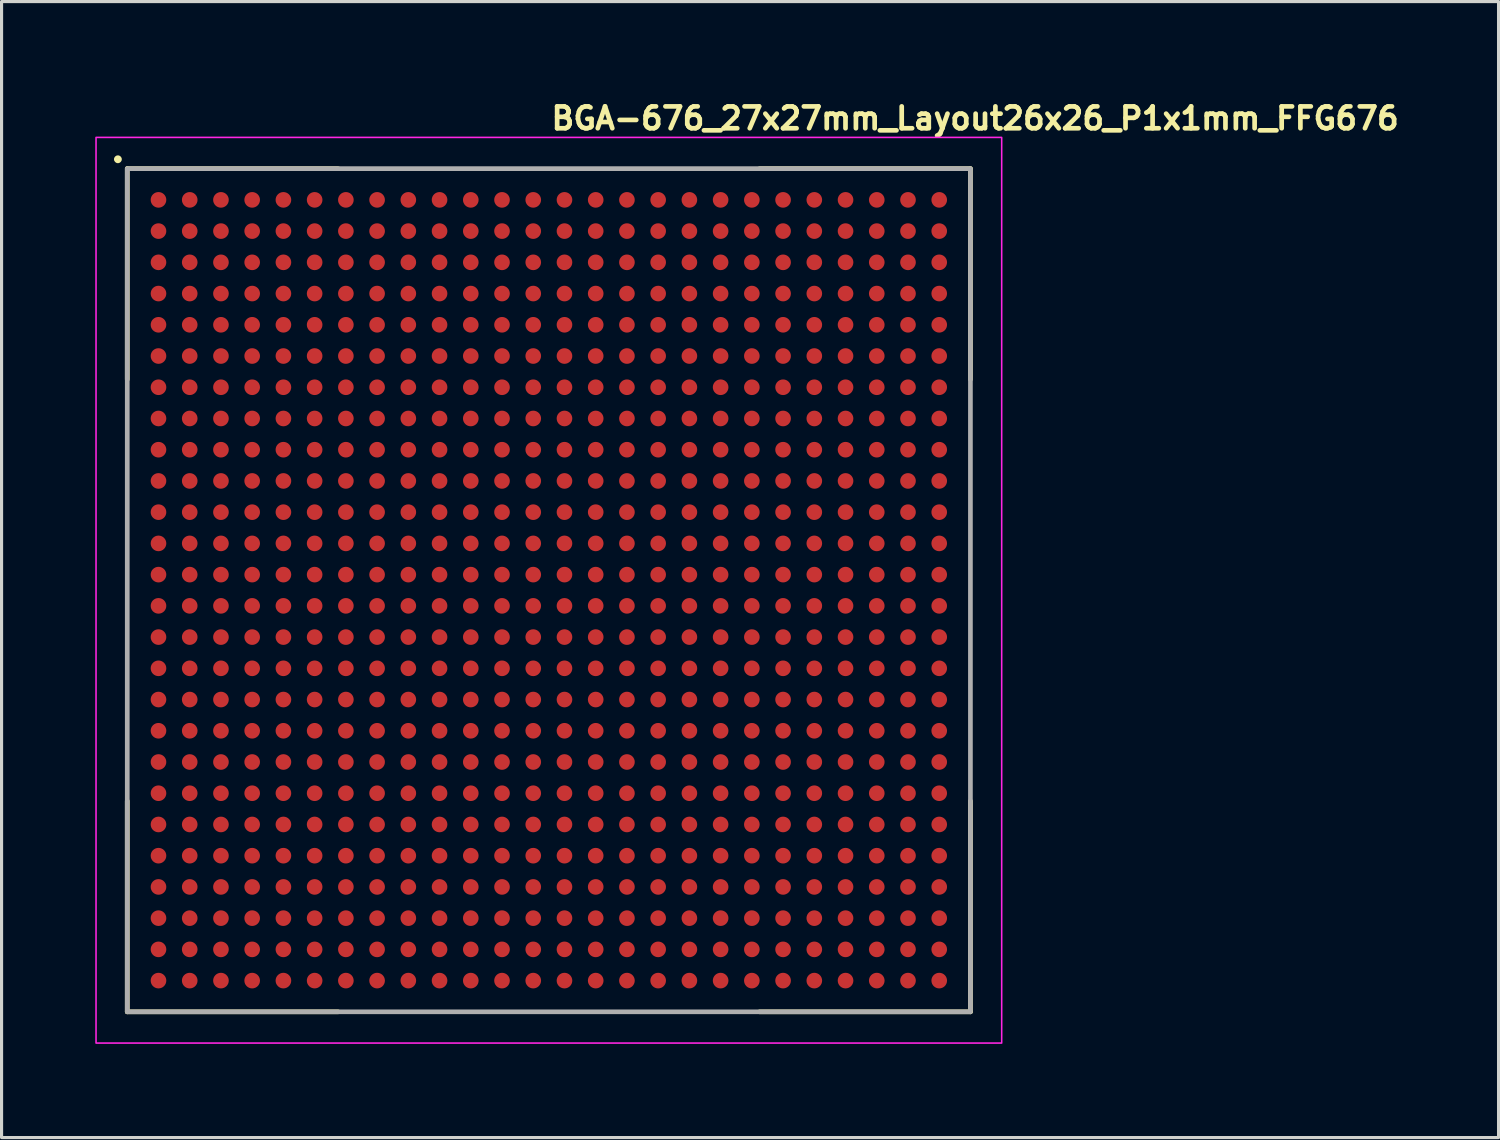
<source format=kicad_pcb>
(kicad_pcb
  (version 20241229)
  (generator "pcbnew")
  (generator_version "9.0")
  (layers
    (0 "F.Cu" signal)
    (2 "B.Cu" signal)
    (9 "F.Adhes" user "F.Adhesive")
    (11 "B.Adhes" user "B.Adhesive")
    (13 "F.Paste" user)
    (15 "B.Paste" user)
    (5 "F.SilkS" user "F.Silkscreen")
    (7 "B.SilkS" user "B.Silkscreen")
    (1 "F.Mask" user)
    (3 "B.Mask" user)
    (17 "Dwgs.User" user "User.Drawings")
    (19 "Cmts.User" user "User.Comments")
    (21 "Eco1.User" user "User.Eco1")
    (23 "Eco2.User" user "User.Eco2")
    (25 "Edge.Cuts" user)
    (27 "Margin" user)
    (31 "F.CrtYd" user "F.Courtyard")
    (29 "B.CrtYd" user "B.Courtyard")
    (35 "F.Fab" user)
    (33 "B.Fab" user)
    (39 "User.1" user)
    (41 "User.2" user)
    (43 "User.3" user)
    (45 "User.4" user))
  (footprint "BGA-676_27x27mm_Layout26x26_P1x1mm_FFG676"
    (layer "F.Cu")
    (at 14.525 15.85)
    (property "Reference" "BGA-676_27x27mm_Layout26x26_P1x1mm_FFG676" (at 0 -14.7 0) (layer "F.SilkS") (effects (font (size 0.7 0.7) (thickness 0.15)) (justify left bottom)))
    (attr smd)
    (fp_line (start -13.5 -13.5) (end -13.5 -6.75) (stroke (width 0.15) (type solid)) (layer "F.SilkS"))
    (fp_line (start -13.5 -13.5) (end -6.75 -13.5) (stroke (width 0.15) (type solid)) (layer "F.SilkS"))
    (fp_line (start -13.5 13.499) (end -13.5 6.749) (stroke (width 0.15) (type solid)) (layer "F.SilkS"))
    (fp_line (start -13.5 13.499) (end -6.75 13.499) (stroke (width 0.15) (type solid)) (layer "F.SilkS"))
    (fp_line (start 13.499 -13.5) (end 6.749 -13.5) (stroke (width 0.15) (type solid)) (layer "F.SilkS"))
    (fp_line (start 13.499 -13.5) (end 13.499 -6.75) (stroke (width 0.15) (type solid)) (layer "F.SilkS"))
    (fp_line (start 13.499 13.499) (end 6.749 13.499) (stroke (width 0.15) (type solid)) (layer "F.SilkS"))
    (fp_line (start 13.499 13.499) (end 13.499 6.749) (stroke (width 0.15) (type solid)) (layer "F.SilkS"))
    (fp_circle (center -13.8 -13.8) (end -13.75 -13.8) (stroke (width 0.15) (type solid)) (fill yes) (layer "F.SilkS"))
    (fp_rect (start -14.5 -14.5) (end 14.5 14.5) (stroke (width 0.05) (type solid)) (fill no) (layer "F.CrtYd"))
    (fp_rect (start -13.5 -13.5) (end 13.499 13.499) (stroke (width 0.15) (type solid)) (fill no) (layer "F.Fab"))
    (fp_rect (start -13.5 -13.5) (end 13.5 13.5) (stroke (width 0.1) (type solid)) (fill no) (layer "User.5"))
    (fp_line (start -13.5 -13.5) (end -13.5 -13) (stroke (width 0.02) (type solid)) (layer "User.9"))
    (fp_line (start -13.5 -13) (end -13.499 -13.025) (stroke (width 0.02) (type solid)) (layer "User.9"))
    (fp_line (start -13.5 13) (end -13.5 -13) (stroke (width 0.02) (type solid)) (layer "User.9"))
    (fp_line (start -13.5 13) (end -13.5 13.5) (stroke (width 0.02) (type solid)) (layer "User.9"))
    (fp_line (start -13.5 13.5) (end -13 13.5) (stroke (width 0.02) (type solid)) (layer "User.9"))
    (fp_line (start -13.499 -13.025) (end -13.498 -13.049) (stroke (width 0.02) (type solid)) (layer "User.9"))
    (fp_line (start -13.499 13.025) (end -13.5 13) (stroke (width 0.02) (type solid)) (layer "User.9"))
    (fp_line (start -13.498 -13.049) (end -13.495 -13.074) (stroke (width 0.02) (type solid)) (layer "User.9"))
    (fp_line (start -13.498 13.049) (end -13.499 13.025) (stroke (width 0.02) (type solid)) (layer "User.9"))
    (fp_line (start -13.495 -13.074) (end -13.49 -13.098) (stroke (width 0.02) (type solid)) (layer "User.9"))
    (fp_line (start -13.495 13.074) (end -13.498 13.049) (stroke (width 0.02) (type solid)) (layer "User.9"))
    (fp_line (start -13.49 -13.098) (end -13.485 -13.122) (stroke (width 0.02) (type solid)) (layer "User.9"))
    (fp_line (start -13.49 13.098) (end -13.495 13.074) (stroke (width 0.02) (type solid)) (layer "User.9"))
    (fp_line (start -13.485 -13.122) (end -13.478 -13.145) (stroke (width 0.02) (type solid)) (layer "User.9"))
    (fp_line (start -13.485 13.122) (end -13.49 13.098) (stroke (width 0.02) (type solid)) (layer "User.9"))
    (fp_line (start -13.478 -13.145) (end -13.471 -13.169) (stroke (width 0.02) (type solid)) (layer "User.9"))
    (fp_line (start -13.478 13.145) (end -13.485 13.122) (stroke (width 0.02) (type solid)) (layer "User.9"))
    (fp_line (start -13.471 -13.169) (end -13.462 -13.191) (stroke (width 0.02) (type solid)) (layer "User.9"))
    (fp_line (start -13.471 13.169) (end -13.478 13.145) (stroke (width 0.02) (type solid)) (layer "User.9"))
    (fp_line (start -13.462 -13.191) (end -13.452 -13.214) (stroke (width 0.02) (type solid)) (layer "User.9"))
    (fp_line (start -13.462 13.191) (end -13.471 13.169) (stroke (width 0.02) (type solid)) (layer "User.9"))
    (fp_line (start -13.452 -13.214) (end -13.441 -13.235) (stroke (width 0.02) (type solid)) (layer "User.9"))
    (fp_line (start -13.452 13.214) (end -13.462 13.191) (stroke (width 0.02) (type solid)) (layer "User.9"))
    (fp_line (start -13.441 -13.235) (end -13.429 -13.257) (stroke (width 0.02) (type solid)) (layer "User.9"))
    (fp_line (start -13.441 13.235) (end -13.452 13.214) (stroke (width 0.02) (type solid)) (layer "User.9"))
    (fp_line (start -13.429 -13.257) (end -13.416 -13.277) (stroke (width 0.02) (type solid)) (layer "User.9"))
    (fp_line (start -13.429 13.257) (end -13.441 13.235) (stroke (width 0.02) (type solid)) (layer "User.9"))
    (fp_line (start -13.416 -13.277) (end -13.402 -13.297) (stroke (width 0.02) (type solid)) (layer "User.9"))
    (fp_line (start -13.416 13.277) (end -13.429 13.257) (stroke (width 0.02) (type solid)) (layer "User.9"))
    (fp_line (start -13.402 -13.297) (end -13.387 -13.317) (stroke (width 0.02) (type solid)) (layer "User.9"))
    (fp_line (start -13.402 13.297) (end -13.416 13.277) (stroke (width 0.02) (type solid)) (layer "User.9"))
    (fp_line (start -13.4 -13.019) (end -13.4 -13.01) (stroke (width 0.02) (type solid)) (layer "User.9"))
    (fp_line (start -13.4 -13.01) (end -13.4 -13) (stroke (width 0.02) (type solid)) (layer "User.9"))
    (fp_line (start -13.4 13) (end -13.4 13.009) (stroke (width 0.02) (type solid)) (layer "User.9"))
    (fp_line (start -13.4 13.009) (end -13.4 13.019) (stroke (width 0.02) (type solid)) (layer "User.9"))
    (fp_line (start -13.4 13.019) (end -13.399 13.028) (stroke (width 0.02) (type solid)) (layer "User.9"))
    (fp_line (start -13.399 -13.029) (end -13.4 -13.019) (stroke (width 0.02) (type solid)) (layer "User.9"))
    (fp_line (start -13.399 13.028) (end -13.398 13.037) (stroke (width 0.02) (type solid)) (layer "User.9"))
    (fp_line (start -13.398 -13.038) (end -13.399 -13.029) (stroke (width 0.02) (type solid)) (layer "User.9"))
    (fp_line (start -13.398 13.037) (end -13.397 13.047) (stroke (width 0.02) (type solid)) (layer "User.9"))
    (fp_line (start -13.397 -13.048) (end -13.398 -13.038) (stroke (width 0.02) (type solid)) (layer "User.9"))
    (fp_line (start -13.397 13.047) (end -13.396 13.056) (stroke (width 0.02) (type solid)) (layer "User.9"))
    (fp_line (start -13.396 -13.057) (end -13.397 -13.048) (stroke (width 0.02) (type solid)) (layer "User.9"))
    (fp_line (start -13.396 13.056) (end -13.395 13.065) (stroke (width 0.02) (type solid)) (layer "User.9"))
    (fp_line (start -13.395 -13.066) (end -13.396 -13.057) (stroke (width 0.02) (type solid)) (layer "User.9"))
    (fp_line (start -13.395 13.065) (end -13.393 13.074) (stroke (width 0.02) (type solid)) (layer "User.9"))
    (fp_line (start -13.393 -13.075) (end -13.395 -13.066) (stroke (width 0.02) (type solid)) (layer "User.9"))
    (fp_line (start -13.393 13.074) (end -13.391 13.083) (stroke (width 0.02) (type solid)) (layer "User.9"))
    (fp_line (start -13.391 -13.085) (end -13.393 -13.075) (stroke (width 0.02) (type solid)) (layer "User.9"))
    (fp_line (start -13.391 13.083) (end -13.389 13.093) (stroke (width 0.02) (type solid)) (layer "User.9"))
    (fp_line (start -13.389 -13.094) (end -13.391 -13.085) (stroke (width 0.02) (type solid)) (layer "User.9"))
    (fp_line (start -13.389 13.093) (end -13.387 13.102) (stroke (width 0.02) (type solid)) (layer "User.9"))
    (fp_line (start -13.387 -13.317) (end -13.371 -13.336) (stroke (width 0.02) (type solid)) (layer "User.9"))
    (fp_line (start -13.387 -13.103) (end -13.389 -13.094) (stroke (width 0.02) (type solid)) (layer "User.9"))
    (fp_line (start -13.387 13.102) (end -13.384 13.111) (stroke (width 0.02) (type solid)) (layer "User.9"))
    (fp_line (start -13.387 13.317) (end -13.402 13.297) (stroke (width 0.02) (type solid)) (layer "User.9"))
    (fp_line (start -13.384 -13.112) (end -13.387 -13.103) (stroke (width 0.02) (type solid)) (layer "User.9"))
    (fp_line (start -13.384 13.111) (end -13.381 13.12) (stroke (width 0.02) (type solid)) (layer "User.9"))
    (fp_line (start -13.381 -13.121) (end -13.384 -13.112) (stroke (width 0.02) (type solid)) (layer "User.9"))
    (fp_line (start -13.381 13.12) (end -13.379 13.129) (stroke (width 0.02) (type solid)) (layer "User.9"))
    (fp_line (start -13.379 13.129) (end -13.375 13.138) (stroke (width 0.02) (type solid)) (layer "User.9"))
    (fp_line (start -13.378 -13.13) (end -13.381 -13.121) (stroke (width 0.02) (type solid)) (layer "User.9"))
    (fp_line (start -13.375 -13.138) (end -13.378 -13.13) (stroke (width 0.02) (type solid)) (layer "User.9"))
    (fp_line (start -13.375 13.138) (end -13.372 13.147) (stroke (width 0.02) (type solid)) (layer "User.9"))
    (fp_line (start -13.372 -13.147) (end -13.375 -13.138) (stroke (width 0.02) (type solid)) (layer "User.9"))
    (fp_line (start -13.372 -13.147) (end -13.372 -13.147) (stroke (width 0.02) (type solid)) (layer "User.9"))
    (fp_line (start -13.372 13.147) (end -13.372 13.147) (stroke (width 0.02) (type solid)) (layer "User.9"))
    (fp_line (start -13.372 13.147) (end -13.368 13.157) (stroke (width 0.02) (type solid)) (layer "User.9"))
    (fp_line (start -13.371 -13.336) (end -13.354 -13.354) (stroke (width 0.02) (type solid)) (layer "User.9"))
    (fp_line (start -13.371 13.336) (end -13.387 13.317) (stroke (width 0.02) (type solid)) (layer "User.9"))
    (fp_line (start -13.368 -13.157) (end -13.372 -13.147) (stroke (width 0.02) (type solid)) (layer "User.9"))
    (fp_line (start -13.368 13.157) (end -13.364 13.166) (stroke (width 0.02) (type solid)) (layer "User.9"))
    (fp_line (start -13.364 -13.166) (end -13.368 -13.157) (stroke (width 0.02) (type solid)) (layer "User.9"))
    (fp_line (start -13.364 13.166) (end -13.36 13.175) (stroke (width 0.02) (type solid)) (layer "User.9"))
    (fp_line (start -13.36 13.175) (end -13.355 13.184) (stroke (width 0.02) (type solid)) (layer "User.9"))
    (fp_line (start -13.359 -13.176) (end -13.364 -13.166) (stroke (width 0.02) (type solid)) (layer "User.9"))
    (fp_line (start -13.355 -13.185) (end -13.359 -13.176) (stroke (width 0.02) (type solid)) (layer "User.9"))
    (fp_line (start -13.355 13.184) (end -13.35 13.193) (stroke (width 0.02) (type solid)) (layer "User.9"))
    (fp_line (start -13.354 -13.354) (end -13.354 -13.354) (stroke (width 0.02) (type solid)) (layer "User.9"))
    (fp_line (start -13.354 -13.354) (end -13.336 -13.371) (stroke (width 0.02) (type solid)) (layer "User.9"))
    (fp_line (start -13.354 13.354) (end -13.371 13.336) (stroke (width 0.02) (type solid)) (layer "User.9"))
    (fp_line (start -13.354 13.354) (end -13.354 13.354) (stroke (width 0.02) (type solid)) (layer "User.9"))
    (fp_line (start -13.35 -13.194) (end -13.355 -13.185) (stroke (width 0.02) (type solid)) (layer "User.9"))
    (fp_line (start -13.35 13.193) (end -13.345 13.202) (stroke (width 0.02) (type solid)) (layer "User.9"))
    (fp_line (start -13.345 -13.203) (end -13.35 -13.194) (stroke (width 0.02) (type solid)) (layer "User.9"))
    (fp_line (start -13.345 13.202) (end -13.34 13.21) (stroke (width 0.02) (type solid)) (layer "User.9"))
    (fp_line (start -13.34 13.21) (end -13.335 13.219) (stroke (width 0.02) (type solid)) (layer "User.9"))
    (fp_line (start -13.339 -13.212) (end -13.345 -13.203) (stroke (width 0.02) (type solid)) (layer "User.9"))
    (fp_line (start -13.336 -13.371) (end -13.317 -13.387) (stroke (width 0.02) (type solid)) (layer "User.9"))
    (fp_line (start -13.336 13.371) (end -13.354 13.354) (stroke (width 0.02) (type solid)) (layer "User.9"))
    (fp_line (start -13.335 13.219) (end -13.329 13.227) (stroke (width 0.02) (type solid)) (layer "User.9"))
    (fp_line (start -13.334 -13.22) (end -13.339 -13.212) (stroke (width 0.02) (type solid)) (layer "User.9"))
    (fp_line (start -13.329 13.227) (end -13.323 13.236) (stroke (width 0.02) (type solid)) (layer "User.9"))
    (fp_line (start -13.328 -13.229) (end -13.334 -13.22) (stroke (width 0.02) (type solid)) (layer "User.9"))
    (fp_line (start -13.323 13.236) (end -13.317 13.244) (stroke (width 0.02) (type solid)) (layer "User.9"))
    (fp_line (start -13.322 -13.237) (end -13.328 -13.229) (stroke (width 0.02) (type solid)) (layer "User.9"))
    (fp_line (start -13.317 -13.387) (end -13.297 -13.402) (stroke (width 0.02) (type solid)) (layer "User.9"))
    (fp_line (start -13.317 13.244) (end -13.311 13.252) (stroke (width 0.02) (type solid)) (layer "User.9"))
    (fp_line (start -13.317 13.387) (end -13.336 13.371) (stroke (width 0.02) (type solid)) (layer "User.9"))
    (fp_line (start -13.316 -13.245) (end -13.322 -13.237) (stroke (width 0.02) (type solid)) (layer "User.9"))
    (fp_line (start -13.311 13.252) (end -13.304 13.26) (stroke (width 0.02) (type solid)) (layer "User.9"))
    (fp_line (start -13.31 -13.253) (end -13.316 -13.245) (stroke (width 0.02) (type solid)) (layer "User.9"))
    (fp_line (start -13.304 13.26) (end -13.297 13.268) (stroke (width 0.02) (type solid)) (layer "User.9"))
    (fp_line (start -13.303 -13.261) (end -13.31 -13.253) (stroke (width 0.02) (type solid)) (layer "User.9"))
    (fp_line (start -13.297 -13.402) (end -13.277 -13.416) (stroke (width 0.02) (type solid)) (layer "User.9"))
    (fp_line (start -13.297 -13.268) (end -13.303 -13.261) (stroke (width 0.02) (type solid)) (layer "User.9"))
    (fp_line (start -13.297 13.268) (end -13.29 13.275) (stroke (width 0.02) (type solid)) (layer "User.9"))
    (fp_line (start -13.297 13.402) (end -13.317 13.387) (stroke (width 0.02) (type solid)) (layer "User.9"))
    (fp_line (start -13.29 -13.276) (end -13.297 -13.268) (stroke (width 0.02) (type solid)) (layer "User.9"))
    (fp_line (start -13.29 13.275) (end -13.283 13.283) (stroke (width 0.02) (type solid)) (layer "User.9"))
    (fp_line (start -13.283 -13.283) (end -13.29 -13.276) (stroke (width 0.02) (type solid)) (layer "User.9"))
    (fp_line (start -13.283 -13.283) (end -13.283 -13.283) (stroke (width 0.02) (type solid)) (layer "User.9"))
    (fp_line (start -13.283 13.283) (end -13.283 13.283) (stroke (width 0.02) (type solid)) (layer "User.9"))
    (fp_line (start -13.283 13.283) (end -13.276 13.29) (stroke (width 0.02) (type solid)) (layer "User.9"))
    (fp_line (start -13.277 -13.416) (end -13.257 -13.429) (stroke (width 0.02) (type solid)) (layer "User.9"))
    (fp_line (start -13.277 13.416) (end -13.297 13.402) (stroke (width 0.02) (type solid)) (layer "User.9"))
    (fp_line (start -13.276 13.29) (end -13.268 13.297) (stroke (width 0.02) (type solid)) (layer "User.9"))
    (fp_line (start -13.275 -13.29) (end -13.283 -13.283) (stroke (width 0.02) (type solid)) (layer "User.9"))
    (fp_line (start -13.268 -13.297) (end -13.275 -13.29) (stroke (width 0.02) (type solid)) (layer "User.9"))
    (fp_line (start -13.268 13.297) (end -13.261 13.303) (stroke (width 0.02) (type solid)) (layer "User.9"))
    (fp_line (start -13.261 13.303) (end -13.253 13.31) (stroke (width 0.02) (type solid)) (layer "User.9"))
    (fp_line (start -13.26 -13.304) (end -13.268 -13.297) (stroke (width 0.02) (type solid)) (layer "User.9"))
    (fp_line (start -13.257 -13.429) (end -13.235 -13.441) (stroke (width 0.02) (type solid)) (layer "User.9"))
    (fp_line (start -13.257 13.429) (end -13.277 13.416) (stroke (width 0.02) (type solid)) (layer "User.9"))
    (fp_line (start -13.253 13.31) (end -13.245 13.316) (stroke (width 0.02) (type solid)) (layer "User.9"))
    (fp_line (start -13.252 -13.311) (end -13.26 -13.304) (stroke (width 0.02) (type solid)) (layer "User.9"))
    (fp_line (start -13.245 13.316) (end -13.237 13.322) (stroke (width 0.02) (type solid)) (layer "User.9"))
    (fp_line (start -13.244 -13.317) (end -13.252 -13.311) (stroke (width 0.02) (type solid)) (layer "User.9"))
    (fp_line (start -13.237 13.322) (end -13.229 13.328) (stroke (width 0.02) (type solid)) (layer "User.9"))
    (fp_line (start -13.236 -13.323) (end -13.244 -13.317) (stroke (width 0.02) (type solid)) (layer "User.9"))
    (fp_line (start -13.235 -13.441) (end -13.214 -13.452) (stroke (width 0.02) (type solid)) (layer "User.9"))
    (fp_line (start -13.235 13.441) (end -13.257 13.429) (stroke (width 0.02) (type solid)) (layer "User.9"))
    (fp_line (start -13.229 13.328) (end -13.22 13.334) (stroke (width 0.02) (type solid)) (layer "User.9"))
    (fp_line (start -13.227 -13.329) (end -13.236 -13.323) (stroke (width 0.02) (type solid)) (layer "User.9"))
    (fp_line (start -13.22 13.334) (end -13.212 13.339) (stroke (width 0.02) (type solid)) (layer "User.9"))
    (fp_line (start -13.219 -13.335) (end -13.227 -13.329) (stroke (width 0.02) (type solid)) (layer "User.9"))
    (fp_line (start -13.214 -13.452) (end -13.191 -13.462) (stroke (width 0.02) (type solid)) (layer "User.9"))
    (fp_line (start -13.214 13.452) (end -13.235 13.441) (stroke (width 0.02) (type solid)) (layer "User.9"))
    (fp_line (start -13.212 13.339) (end -13.203 13.345) (stroke (width 0.02) (type solid)) (layer "User.9"))
    (fp_line (start -13.21 -13.34) (end -13.219 -13.335) (stroke (width 0.02) (type solid)) (layer "User.9"))
    (fp_line (start -13.203 13.345) (end -13.194 13.35) (stroke (width 0.02) (type solid)) (layer "User.9"))
    (fp_line (start -13.202 -13.345) (end -13.21 -13.34) (stroke (width 0.02) (type solid)) (layer "User.9"))
    (fp_line (start -13.194 13.35) (end -13.185 13.355) (stroke (width 0.02) (type solid)) (layer "User.9"))
    (fp_line (start -13.193 -13.35) (end -13.202 -13.345) (stroke (width 0.02) (type solid)) (layer "User.9"))
    (fp_line (start -13.191 -13.462) (end -13.169 -13.471) (stroke (width 0.02) (type solid)) (layer "User.9"))
    (fp_line (start -13.191 13.462) (end -13.214 13.452) (stroke (width 0.02) (type solid)) (layer "User.9"))
    (fp_line (start -13.185 13.355) (end -13.176 13.359) (stroke (width 0.02) (type solid)) (layer "User.9"))
    (fp_line (start -13.184 -13.355) (end -13.193 -13.35) (stroke (width 0.02) (type solid)) (layer "User.9"))
    (fp_line (start -13.176 13.359) (end -13.166 13.364) (stroke (width 0.02) (type solid)) (layer "User.9"))
    (fp_line (start -13.175 -13.36) (end -13.184 -13.355) (stroke (width 0.02) (type solid)) (layer "User.9"))
    (fp_line (start -13.169 -13.471) (end -13.145 -13.478) (stroke (width 0.02) (type solid)) (layer "User.9"))
    (fp_line (start -13.169 13.471) (end -13.191 13.462) (stroke (width 0.02) (type solid)) (layer "User.9"))
    (fp_line (start -13.166 -13.364) (end -13.175 -13.36) (stroke (width 0.02) (type solid)) (layer "User.9"))
    (fp_line (start -13.166 13.364) (end -13.157 13.368) (stroke (width 0.02) (type solid)) (layer "User.9"))
    (fp_line (start -13.157 -13.368) (end -13.166 -13.364) (stroke (width 0.02) (type solid)) (layer "User.9"))
    (fp_line (start -13.157 13.368) (end -13.147 13.372) (stroke (width 0.02) (type solid)) (layer "User.9"))
    (fp_line (start -13.147 -13.372) (end -13.157 -13.368) (stroke (width 0.02) (type solid)) (layer "User.9"))
    (fp_line (start -13.147 -13.372) (end -13.147 -13.372) (stroke (width 0.02) (type solid)) (layer "User.9"))
    (fp_line (start -13.147 13.372) (end -13.147 13.372) (stroke (width 0.02) (type solid)) (layer "User.9"))
    (fp_line (start -13.147 13.372) (end -13.138 13.375) (stroke (width 0.02) (type solid)) (layer "User.9"))
    (fp_line (start -13.145 -13.478) (end -13.122 -13.485) (stroke (width 0.02) (type solid)) (layer "User.9"))
    (fp_line (start -13.145 13.478) (end -13.169 13.471) (stroke (width 0.02) (type solid)) (layer "User.9"))
    (fp_line (start -13.138 -13.375) (end -13.147 -13.372) (stroke (width 0.02) (type solid)) (layer "User.9"))
    (fp_line (start -13.138 13.375) (end -13.13 13.378) (stroke (width 0.02) (type solid)) (layer "User.9"))
    (fp_line (start -13.13 13.378) (end -13.121 13.381) (stroke (width 0.02) (type solid)) (layer "User.9"))
    (fp_line (start -13.129 -13.379) (end -13.138 -13.375) (stroke (width 0.02) (type solid)) (layer "User.9"))
    (fp_line (start -13.122 -13.485) (end -13.098 -13.49) (stroke (width 0.02) (type solid)) (layer "User.9"))
    (fp_line (start -13.122 13.485) (end -13.145 13.478) (stroke (width 0.02) (type solid)) (layer "User.9"))
    (fp_line (start -13.121 13.381) (end -13.112 13.384) (stroke (width 0.02) (type solid)) (layer "User.9"))
    (fp_line (start -13.12 -13.381) (end -13.129 -13.379) (stroke (width 0.02) (type solid)) (layer "User.9"))
    (fp_line (start -13.112 13.384) (end -13.103 13.387) (stroke (width 0.02) (type solid)) (layer "User.9"))
    (fp_line (start -13.111 -13.384) (end -13.12 -13.381) (stroke (width 0.02) (type solid)) (layer "User.9"))
    (fp_line (start -13.103 13.387) (end -13.094 13.389) (stroke (width 0.02) (type solid)) (layer "User.9"))
    (fp_line (start -13.102 -13.387) (end -13.111 -13.384) (stroke (width 0.02) (type solid)) (layer "User.9"))
    (fp_line (start -13.098 -13.49) (end -13.074 -13.495) (stroke (width 0.02) (type solid)) (layer "User.9"))
    (fp_line (start -13.098 13.49) (end -13.122 13.485) (stroke (width 0.02) (type solid)) (layer "User.9"))
    (fp_line (start -13.094 13.389) (end -13.085 13.391) (stroke (width 0.02) (type solid)) (layer "User.9"))
    (fp_line (start -13.093 -13.389) (end -13.102 -13.387) (stroke (width 0.02) (type solid)) (layer "User.9"))
    (fp_line (start -13.085 13.391) (end -13.075 13.393) (stroke (width 0.02) (type solid)) (layer "User.9"))
    (fp_line (start -13.083 -13.391) (end -13.093 -13.389) (stroke (width 0.02) (type solid)) (layer "User.9"))
    (fp_line (start -13.075 13.393) (end -13.066 13.395) (stroke (width 0.02) (type solid)) (layer "User.9"))
    (fp_line (start -13.074 -13.495) (end -13.049 -13.498) (stroke (width 0.02) (type solid)) (layer "User.9"))
    (fp_line (start -13.074 -13.393) (end -13.083 -13.391) (stroke (width 0.02) (type solid)) (layer "User.9"))
    (fp_line (start -13.074 13.495) (end -13.098 13.49) (stroke (width 0.02) (type solid)) (layer "User.9"))
    (fp_line (start -13.066 13.395) (end -13.057 13.396) (stroke (width 0.02) (type solid)) (layer "User.9"))
    (fp_line (start -13.065 -13.395) (end -13.074 -13.393) (stroke (width 0.02) (type solid)) (layer "User.9"))
    (fp_line (start -13.057 13.396) (end -13.048 13.397) (stroke (width 0.02) (type solid)) (layer "User.9"))
    (fp_line (start -13.056 -13.396) (end -13.065 -13.395) (stroke (width 0.02) (type solid)) (layer "User.9"))
    (fp_line (start -13.049 -13.498) (end -13.025 -13.499) (stroke (width 0.02) (type solid)) (layer "User.9"))
    (fp_line (start -13.049 13.498) (end -13.074 13.495) (stroke (width 0.02) (type solid)) (layer "User.9"))
    (fp_line (start -13.048 13.397) (end -13.038 13.398) (stroke (width 0.02) (type solid)) (layer "User.9"))
    (fp_line (start -13.047 -13.397) (end -13.056 -13.396) (stroke (width 0.02) (type solid)) (layer "User.9"))
    (fp_line (start -13.038 13.398) (end -13.029 13.399) (stroke (width 0.02) (type solid)) (layer "User.9"))
    (fp_line (start -13.037 -13.398) (end -13.047 -13.397) (stroke (width 0.02) (type solid)) (layer "User.9"))
    (fp_line (start -13.029 13.399) (end -13.019 13.4) (stroke (width 0.02) (type solid)) (layer "User.9"))
    (fp_line (start -13.028 -13.399) (end -13.037 -13.398) (stroke (width 0.02) (type solid)) (layer "User.9"))
    (fp_line (start -13.025 -13.499) (end -13 -13.5) (stroke (width 0.02) (type solid)) (layer "User.9"))
    (fp_line (start -13.025 13.499) (end -13.049 13.498) (stroke (width 0.02) (type solid)) (layer "User.9"))
    (fp_line (start -13.019 -13.4) (end -13.028 -13.399) (stroke (width 0.02) (type solid)) (layer "User.9"))
    (fp_line (start -13.019 13.4) (end -13.01 13.4) (stroke (width 0.02) (type solid)) (layer "User.9"))
    (fp_line (start -13.01 13.4) (end -13 13.4) (stroke (width 0.02) (type solid)) (layer "User.9"))
    (fp_line (start -13.009 -13.4) (end -13.019 -13.4) (stroke (width 0.02) (type solid)) (layer "User.9"))
    (fp_line (start -13 -13.5) (end 13 -13.5) (stroke (width 0.02) (type solid)) (layer "User.9"))
    (fp_line (start -13 -13.4) (end -13.009 -13.4) (stroke (width 0.02) (type solid)) (layer "User.9"))
    (fp_line (start -13 13.5) (end -13.025 13.499) (stroke (width 0.02) (type solid)) (layer "User.9"))
    (fp_line (start -12 -12) (end -11 -12) (stroke (width 0.02) (type solid)) (layer "User.9"))
    (fp_line (start -12 -11) (end -12 -12) (stroke (width 0.02) (type solid)) (layer "User.9"))
    (fp_line (start -11 -12) (end -11 -11) (stroke (width 0.02) (type solid)) (layer "User.9"))
    (fp_line (start -11 -11) (end -12 -11) (stroke (width 0.02) (type solid)) (layer "User.9"))
    (fp_line (start 13 -13.5) (end 13.025 -13.499) (stroke (width 0.02) (type solid)) (layer "User.9"))
    (fp_line (start 13 13.4) (end 13.009 13.4) (stroke (width 0.02) (type solid)) (layer "User.9"))
    (fp_line (start 13 13.5) (end -13 13.5) (stroke (width 0.02) (type solid)) (layer "User.9"))
    (fp_line (start 13 13.5) (end 13.5 13.5) (stroke (width 0.02) (type solid)) (layer "User.9"))
    (fp_line (start 13.009 13.4) (end 13.019 13.4) (stroke (width 0.02) (type solid)) (layer "User.9"))
    (fp_line (start 13.01 -13.4) (end 13 -13.4) (stroke (width 0.02) (type solid)) (layer "User.9"))
    (fp_line (start 13.019 -13.4) (end 13.01 -13.4) (stroke (width 0.02) (type solid)) (layer "User.9"))
    (fp_line (start 13.019 13.4) (end 13.028 13.399) (stroke (width 0.02) (type solid)) (layer "User.9"))
    (fp_line (start 13.025 -13.499) (end 13.049 -13.498) (stroke (width 0.02) (type solid)) (layer "User.9"))
    (fp_line (start 13.025 13.499) (end 13 13.5) (stroke (width 0.02) (type solid)) (layer "User.9"))
    (fp_line (start 13.028 13.399) (end 13.037 13.398) (stroke (width 0.02) (type solid)) (layer "User.9"))
    (fp_line (start 13.029 -13.399) (end 13.019 -13.4) (stroke (width 0.02) (type solid)) (layer "User.9"))
    (fp_line (start 13.037 13.398) (end 13.047 13.397) (stroke (width 0.02) (type solid)) (layer "User.9"))
    (fp_line (start 13.038 -13.398) (end 13.029 -13.399) (stroke (width 0.02) (type solid)) (layer "User.9"))
    (fp_line (start 13.047 13.397) (end 13.056 13.396) (stroke (width 0.02) (type solid)) (layer "User.9"))
    (fp_line (start 13.048 -13.397) (end 13.038 -13.398) (stroke (width 0.02) (type solid)) (layer "User.9"))
    (fp_line (start 13.049 -13.498) (end 13.074 -13.495) (stroke (width 0.02) (type solid)) (layer "User.9"))
    (fp_line (start 13.049 13.498) (end 13.025 13.499) (stroke (width 0.02) (type solid)) (layer "User.9"))
    (fp_line (start 13.056 13.396) (end 13.065 13.395) (stroke (width 0.02) (type solid)) (layer "User.9"))
    (fp_line (start 13.057 -13.396) (end 13.048 -13.397) (stroke (width 0.02) (type solid)) (layer "User.9"))
    (fp_line (start 13.065 13.395) (end 13.074 13.393) (stroke (width 0.02) (type solid)) (layer "User.9"))
    (fp_line (start 13.066 -13.395) (end 13.057 -13.396) (stroke (width 0.02) (type solid)) (layer "User.9"))
    (fp_line (start 13.074 -13.495) (end 13.098 -13.49) (stroke (width 0.02) (type solid)) (layer "User.9"))
    (fp_line (start 13.074 13.393) (end 13.083 13.391) (stroke (width 0.02) (type solid)) (layer "User.9"))
    (fp_line (start 13.074 13.495) (end 13.049 13.498) (stroke (width 0.02) (type solid)) (layer "User.9"))
    (fp_line (start 13.075 -13.393) (end 13.066 -13.395) (stroke (width 0.02) (type solid)) (layer "User.9"))
    (fp_line (start 13.083 13.391) (end 13.093 13.389) (stroke (width 0.02) (type solid)) (layer "User.9"))
    (fp_line (start 13.085 -13.391) (end 13.075 -13.393) (stroke (width 0.02) (type solid)) (layer "User.9"))
    (fp_line (start 13.093 13.389) (end 13.102 13.387) (stroke (width 0.02) (type solid)) (layer "User.9"))
    (fp_line (start 13.094 -13.389) (end 13.085 -13.391) (stroke (width 0.02) (type solid)) (layer "User.9"))
    (fp_line (start 13.098 -13.49) (end 13.122 -13.485) (stroke (width 0.02) (type solid)) (layer "User.9"))
    (fp_line (start 13.098 13.49) (end 13.074 13.495) (stroke (width 0.02) (type solid)) (layer "User.9"))
    (fp_line (start 13.102 13.387) (end 13.111 13.384) (stroke (width 0.02) (type solid)) (layer "User.9"))
    (fp_line (start 13.103 -13.387) (end 13.094 -13.389) (stroke (width 0.02) (type solid)) (layer "User.9"))
    (fp_line (start 13.111 13.384) (end 13.12 13.381) (stroke (width 0.02) (type solid)) (layer "User.9"))
    (fp_line (start 13.112 -13.384) (end 13.103 -13.387) (stroke (width 0.02) (type solid)) (layer "User.9"))
    (fp_line (start 13.12 13.381) (end 13.129 13.379) (stroke (width 0.02) (type solid)) (layer "User.9"))
    (fp_line (start 13.121 -13.381) (end 13.112 -13.384) (stroke (width 0.02) (type solid)) (layer "User.9"))
    (fp_line (start 13.122 -13.485) (end 13.145 -13.478) (stroke (width 0.02) (type solid)) (layer "User.9"))
    (fp_line (start 13.122 13.485) (end 13.098 13.49) (stroke (width 0.02) (type solid)) (layer "User.9"))
    (fp_line (start 13.129 13.379) (end 13.138 13.375) (stroke (width 0.02) (type solid)) (layer "User.9"))
    (fp_line (start 13.13 -13.378) (end 13.121 -13.381) (stroke (width 0.02) (type solid)) (layer "User.9"))
    (fp_line (start 13.138 -13.375) (end 13.13 -13.378) (stroke (width 0.02) (type solid)) (layer "User.9"))
    (fp_line (start 13.138 13.375) (end 13.147 13.372) (stroke (width 0.02) (type solid)) (layer "User.9"))
    (fp_line (start 13.145 -13.478) (end 13.169 -13.471) (stroke (width 0.02) (type solid)) (layer "User.9"))
    (fp_line (start 13.145 13.478) (end 13.122 13.485) (stroke (width 0.02) (type solid)) (layer "User.9"))
    (fp_line (start 13.147 -13.372) (end 13.138 -13.375) (stroke (width 0.02) (type solid)) (layer "User.9"))
    (fp_line (start 13.147 -13.372) (end 13.147 -13.372) (stroke (width 0.02) (type solid)) (layer "User.9"))
    (fp_line (start 13.147 13.372) (end 13.147 13.372) (stroke (width 0.02) (type solid)) (layer "User.9"))
    (fp_line (start 13.147 13.372) (end 13.157 13.368) (stroke (width 0.02) (type solid)) (layer "User.9"))
    (fp_line (start 13.157 -13.368) (end 13.147 -13.372) (stroke (width 0.02) (type solid)) (layer "User.9"))
    (fp_line (start 13.157 13.368) (end 13.166 13.364) (stroke (width 0.02) (type solid)) (layer "User.9"))
    (fp_line (start 13.166 -13.364) (end 13.157 -13.368) (stroke (width 0.02) (type solid)) (layer "User.9"))
    (fp_line (start 13.166 13.364) (end 13.175 13.36) (stroke (width 0.02) (type solid)) (layer "User.9"))
    (fp_line (start 13.169 -13.471) (end 13.191 -13.462) (stroke (width 0.02) (type solid)) (layer "User.9"))
    (fp_line (start 13.169 13.471) (end 13.145 13.478) (stroke (width 0.02) (type solid)) (layer "User.9"))
    (fp_line (start 13.175 13.36) (end 13.184 13.355) (stroke (width 0.02) (type solid)) (layer "User.9"))
    (fp_line (start 13.176 -13.359) (end 13.166 -13.364) (stroke (width 0.02) (type solid)) (layer "User.9"))
    (fp_line (start 13.184 13.355) (end 13.193 13.35) (stroke (width 0.02) (type solid)) (layer "User.9"))
    (fp_line (start 13.185 -13.355) (end 13.176 -13.359) (stroke (width 0.02) (type solid)) (layer "User.9"))
    (fp_line (start 13.191 -13.462) (end 13.214 -13.452) (stroke (width 0.02) (type solid)) (layer "User.9"))
    (fp_line (start 13.191 13.462) (end 13.169 13.471) (stroke (width 0.02) (type solid)) (layer "User.9"))
    (fp_line (start 13.193 13.35) (end 13.202 13.345) (stroke (width 0.02) (type solid)) (layer "User.9"))
    (fp_line (start 13.194 -13.35) (end 13.185 -13.355) (stroke (width 0.02) (type solid)) (layer "User.9"))
    (fp_line (start 13.202 13.345) (end 13.21 13.34) (stroke (width 0.02) (type solid)) (layer "User.9"))
    (fp_line (start 13.203 -13.345) (end 13.194 -13.35) (stroke (width 0.02) (type solid)) (layer "User.9"))
    (fp_line (start 13.21 13.34) (end 13.219 13.335) (stroke (width 0.02) (type solid)) (layer "User.9"))
    (fp_line (start 13.212 -13.339) (end 13.203 -13.345) (stroke (width 0.02) (type solid)) (layer "User.9"))
    (fp_line (start 13.214 -13.452) (end 13.235 -13.441) (stroke (width 0.02) (type solid)) (layer "User.9"))
    (fp_line (start 13.214 13.452) (end 13.191 13.462) (stroke (width 0.02) (type solid)) (layer "User.9"))
    (fp_line (start 13.219 13.335) (end 13.227 13.329) (stroke (width 0.02) (type solid)) (layer "User.9"))
    (fp_line (start 13.22 -13.334) (end 13.212 -13.339) (stroke (width 0.02) (type solid)) (layer "User.9"))
    (fp_line (start 13.227 13.329) (end 13.236 13.323) (stroke (width 0.02) (type solid)) (layer "User.9"))
    (fp_line (start 13.229 -13.328) (end 13.22 -13.334) (stroke (width 0.02) (type solid)) (layer "User.9"))
    (fp_line (start 13.235 -13.441) (end 13.257 -13.429) (stroke (width 0.02) (type solid)) (layer "User.9"))
    (fp_line (start 13.235 13.441) (end 13.214 13.452) (stroke (width 0.02) (type solid)) (layer "User.9"))
    (fp_line (start 13.236 13.323) (end 13.244 13.317) (stroke (width 0.02) (type solid)) (layer "User.9"))
    (fp_line (start 13.237 -13.322) (end 13.229 -13.328) (stroke (width 0.02) (type solid)) (layer "User.9"))
    (fp_line (start 13.244 13.317) (end 13.252 13.311) (stroke (width 0.02) (type solid)) (layer "User.9"))
    (fp_line (start 13.245 -13.316) (end 13.237 -13.322) (stroke (width 0.02) (type solid)) (layer "User.9"))
    (fp_line (start 13.252 13.311) (end 13.26 13.304) (stroke (width 0.02) (type solid)) (layer "User.9"))
    (fp_line (start 13.253 -13.31) (end 13.245 -13.316) (stroke (width 0.02) (type solid)) (layer "User.9"))
    (fp_line (start 13.257 -13.429) (end 13.277 -13.416) (stroke (width 0.02) (type solid)) (layer "User.9"))
    (fp_line (start 13.257 13.429) (end 13.235 13.441) (stroke (width 0.02) (type solid)) (layer "User.9"))
    (fp_line (start 13.26 13.304) (end 13.268 13.297) (stroke (width 0.02) (type solid)) (layer "User.9"))
    (fp_line (start 13.261 -13.303) (end 13.253 -13.31) (stroke (width 0.02) (type solid)) (layer "User.9"))
    (fp_line (start 13.268 -13.297) (end 13.261 -13.303) (stroke (width 0.02) (type solid)) (layer "User.9"))
    (fp_line (start 13.268 13.297) (end 13.275 13.29) (stroke (width 0.02) (type solid)) (layer "User.9"))
    (fp_line (start 13.275 13.29) (end 13.283 13.283) (stroke (width 0.02) (type solid)) (layer "User.9"))
    (fp_line (start 13.276 -13.29) (end 13.268 -13.297) (stroke (width 0.02) (type solid)) (layer "User.9"))
    (fp_line (start 13.277 -13.416) (end 13.297 -13.402) (stroke (width 0.02) (type solid)) (layer "User.9"))
    (fp_line (start 13.277 13.416) (end 13.257 13.429) (stroke (width 0.02) (type solid)) (layer "User.9"))
    (fp_line (start 13.283 -13.283) (end 13.276 -13.29) (stroke (width 0.02) (type solid)) (layer "User.9"))
    (fp_line (start 13.283 -13.283) (end 13.283 -13.283) (stroke (width 0.02) (type solid)) (layer "User.9"))
    (fp_line (start 13.283 13.283) (end 13.283 13.283) (stroke (width 0.02) (type solid)) (layer "User.9"))
    (fp_line (start 13.283 13.283) (end 13.29 13.276) (stroke (width 0.02) (type solid)) (layer "User.9"))
    (fp_line (start 13.29 -13.275) (end 13.283 -13.283) (stroke (width 0.02) (type solid)) (layer "User.9"))
    (fp_line (start 13.29 13.276) (end 13.297 13.268) (stroke (width 0.02) (type solid)) (layer "User.9"))
    (fp_line (start 13.297 -13.402) (end 13.317 -13.387) (stroke (width 0.02) (type solid)) (layer "User.9"))
    (fp_line (start 13.297 -13.268) (end 13.29 -13.275) (stroke (width 0.02) (type solid)) (layer "User.9"))
    (fp_line (start 13.297 13.268) (end 13.303 13.261) (stroke (width 0.02) (type solid)) (layer "User.9"))
    (fp_line (start 13.297 13.402) (end 13.277 13.416) (stroke (width 0.02) (type solid)) (layer "User.9"))
    (fp_line (start 13.303 13.261) (end 13.31 13.253) (stroke (width 0.02) (type solid)) (layer "User.9"))
    (fp_line (start 13.304 -13.26) (end 13.297 -13.268) (stroke (width 0.02) (type solid)) (layer "User.9"))
    (fp_line (start 13.31 13.253) (end 13.316 13.245) (stroke (width 0.02) (type solid)) (layer "User.9"))
    (fp_line (start 13.311 -13.252) (end 13.304 -13.26) (stroke (width 0.02) (type solid)) (layer "User.9"))
    (fp_line (start 13.316 13.245) (end 13.322 13.237) (stroke (width 0.02) (type solid)) (layer "User.9"))
    (fp_line (start 13.317 -13.387) (end 13.336 -13.371) (stroke (width 0.02) (type solid)) (layer "User.9"))
    (fp_line (start 13.317 -13.244) (end 13.311 -13.252) (stroke (width 0.02) (type solid)) (layer "User.9"))
    (fp_line (start 13.317 13.387) (end 13.297 13.402) (stroke (width 0.02) (type solid)) (layer "User.9"))
    (fp_line (start 13.322 13.237) (end 13.328 13.229) (stroke (width 0.02) (type solid)) (layer "User.9"))
    (fp_line (start 13.323 -13.236) (end 13.317 -13.244) (stroke (width 0.02) (type solid)) (layer "User.9"))
    (fp_line (start 13.328 13.229) (end 13.334 13.22) (stroke (width 0.02) (type solid)) (layer "User.9"))
    (fp_line (start 13.329 -13.227) (end 13.323 -13.236) (stroke (width 0.02) (type solid)) (layer "User.9"))
    (fp_line (start 13.334 13.22) (end 13.339 13.212) (stroke (width 0.02) (type solid)) (layer "User.9"))
    (fp_line (start 13.335 -13.219) (end 13.329 -13.227) (stroke (width 0.02) (type solid)) (layer "User.9"))
    (fp_line (start 13.336 -13.371) (end 13.354 -13.354) (stroke (width 0.02) (type solid)) (layer "User.9"))
    (fp_line (start 13.336 13.371) (end 13.317 13.387) (stroke (width 0.02) (type solid)) (layer "User.9"))
    (fp_line (start 13.339 13.212) (end 13.345 13.203) (stroke (width 0.02) (type solid)) (layer "User.9"))
    (fp_line (start 13.34 -13.21) (end 13.335 -13.219) (stroke (width 0.02) (type solid)) (layer "User.9"))
    (fp_line (start 13.345 -13.202) (end 13.34 -13.21) (stroke (width 0.02) (type solid)) (layer "User.9"))
    (fp_line (start 13.345 13.203) (end 13.35 13.194) (stroke (width 0.02) (type solid)) (layer "User.9"))
    (fp_line (start 13.35 -13.193) (end 13.345 -13.202) (stroke (width 0.02) (type solid)) (layer "User.9"))
    (fp_line (start 13.35 13.194) (end 13.355 13.185) (stroke (width 0.02) (type solid)) (layer "User.9"))
    (fp_line (start 13.354 -13.354) (end 13.354 -13.354) (stroke (width 0.02) (type solid)) (layer "User.9"))
    (fp_line (start 13.354 -13.354) (end 13.371 -13.336) (stroke (width 0.02) (type solid)) (layer "User.9"))
    (fp_line (start 13.354 13.354) (end 13.336 13.371) (stroke (width 0.02) (type solid)) (layer "User.9"))
    (fp_line (start 13.354 13.354) (end 13.354 13.354) (stroke (width 0.02) (type solid)) (layer "User.9"))
    (fp_line (start 13.355 -13.184) (end 13.35 -13.193) (stroke (width 0.02) (type solid)) (layer "User.9"))
    (fp_line (start 13.355 13.185) (end 13.359 13.176) (stroke (width 0.02) (type solid)) (layer "User.9"))
    (fp_line (start 13.359 13.176) (end 13.364 13.166) (stroke (width 0.02) (type solid)) (layer "User.9"))
    (fp_line (start 13.36 -13.175) (end 13.355 -13.184) (stroke (width 0.02) (type solid)) (layer "User.9"))
    (fp_line (start 13.364 -13.166) (end 13.36 -13.175) (stroke (width 0.02) (type solid)) (layer "User.9"))
    (fp_line (start 13.364 13.166) (end 13.368 13.157) (stroke (width 0.02) (type solid)) (layer "User.9"))
    (fp_line (start 13.368 -13.157) (end 13.364 -13.166) (stroke (width 0.02) (type solid)) (layer "User.9"))
    (fp_line (start 13.368 13.157) (end 13.372 13.147) (stroke (width 0.02) (type solid)) (layer "User.9"))
    (fp_line (start 13.371 -13.336) (end 13.387 -13.317) (stroke (width 0.02) (type solid)) (layer "User.9"))
    (fp_line (start 13.371 13.336) (end 13.354 13.354) (stroke (width 0.02) (type solid)) (layer "User.9"))
    (fp_line (start 13.372 -13.147) (end 13.368 -13.157) (stroke (width 0.02) (type solid)) (layer "User.9"))
    (fp_line (start 13.372 -13.147) (end 13.372 -13.147) (stroke (width 0.02) (type solid)) (layer "User.9"))
    (fp_line (start 13.372 13.147) (end 13.372 13.147) (stroke (width 0.02) (type solid)) (layer "User.9"))
    (fp_line (start 13.372 13.147) (end 13.375 13.138) (stroke (width 0.02) (type solid)) (layer "User.9"))
    (fp_line (start 13.375 -13.138) (end 13.372 -13.147) (stroke (width 0.02) (type solid)) (layer "User.9"))
    (fp_line (start 13.375 13.138) (end 13.378 13.13) (stroke (width 0.02) (type solid)) (layer "User.9"))
    (fp_line (start 13.378 13.13) (end 13.381 13.121) (stroke (width 0.02) (type solid)) (layer "User.9"))
    (fp_line (start 13.379 -13.129) (end 13.375 -13.138) (stroke (width 0.02) (type solid)) (layer "User.9"))
    (fp_line (start 13.381 -13.12) (end 13.379 -13.129) (stroke (width 0.02) (type solid)) (layer "User.9"))
    (fp_line (start 13.381 13.121) (end 13.384 13.112) (stroke (width 0.02) (type solid)) (layer "User.9"))
    (fp_line (start 13.384 -13.111) (end 13.381 -13.12) (stroke (width 0.02) (type solid)) (layer "User.9"))
    (fp_line (start 13.384 13.112) (end 13.387 13.103) (stroke (width 0.02) (type solid)) (layer "User.9"))
    (fp_line (start 13.387 -13.317) (end 13.402 -13.297) (stroke (width 0.02) (type solid)) (layer "User.9"))
    (fp_line (start 13.387 -13.102) (end 13.384 -13.111) (stroke (width 0.02) (type solid)) (layer "User.9"))
    (fp_line (start 13.387 13.103) (end 13.389 13.094) (stroke (width 0.02) (type solid)) (layer "User.9"))
    (fp_line (start 13.387 13.317) (end 13.371 13.336) (stroke (width 0.02) (type solid)) (layer "User.9"))
    (fp_line (start 13.389 -13.093) (end 13.387 -13.102) (stroke (width 0.02) (type solid)) (layer "User.9"))
    (fp_line (start 13.389 13.094) (end 13.391 13.085) (stroke (width 0.02) (type solid)) (layer "User.9"))
    (fp_line (start 13.391 -13.083) (end 13.389 -13.093) (stroke (width 0.02) (type solid)) (layer "User.9"))
    (fp_line (start 13.391 13.085) (end 13.393 13.075) (stroke (width 0.02) (type solid)) (layer "User.9"))
    (fp_line (start 13.393 -13.074) (end 13.391 -13.083) (stroke (width 0.02) (type solid)) (layer "User.9"))
    (fp_line (start 13.393 13.075) (end 13.395 13.066) (stroke (width 0.02) (type solid)) (layer "User.9"))
    (fp_line (start 13.395 -13.065) (end 13.393 -13.074) (stroke (width 0.02) (type solid)) (layer "User.9"))
    (fp_line (start 13.395 13.066) (end 13.396 13.057) (stroke (width 0.02) (type solid)) (layer "User.9"))
    (fp_line (start 13.396 -13.056) (end 13.395 -13.065) (stroke (width 0.02) (type solid)) (layer "User.9"))
    (fp_line (start 13.396 13.057) (end 13.397 13.048) (stroke (width 0.02) (type solid)) (layer "User.9"))
    (fp_line (start 13.397 -13.047) (end 13.396 -13.056) (stroke (width 0.02) (type solid)) (layer "User.9"))
    (fp_line (start 13.397 13.048) (end 13.398 13.038) (stroke (width 0.02) (type solid)) (layer "User.9"))
    (fp_line (start 13.398 -13.037) (end 13.397 -13.047) (stroke (width 0.02) (type solid)) (layer "User.9"))
    (fp_line (start 13.398 13.038) (end 13.399 13.029) (stroke (width 0.02) (type solid)) (layer "User.9"))
    (fp_line (start 13.399 -13.028) (end 13.398 -13.037) (stroke (width 0.02) (type solid)) (layer "User.9"))
    (fp_line (start 13.399 13.029) (end 13.4 13.019) (stroke (width 0.02) (type solid)) (layer "User.9"))
    (fp_line (start 13.4 -13.019) (end 13.399 -13.028) (stroke (width 0.02) (type solid)) (layer "User.9"))
    (fp_line (start 13.4 -13.009) (end 13.4 -13.019) (stroke (width 0.02) (type solid)) (layer "User.9"))
    (fp_line (start 13.4 -13) (end 13.4 -13.009) (stroke (width 0.02) (type solid)) (layer "User.9"))
    (fp_line (start 13.4 13.01) (end 13.4 13) (stroke (width 0.02) (type solid)) (layer "User.9"))
    (fp_line (start 13.4 13.019) (end 13.4 13.01) (stroke (width 0.02) (type solid)) (layer "User.9"))
    (fp_line (start 13.402 -13.297) (end 13.416 -13.277) (stroke (width 0.02) (type solid)) (layer "User.9"))
    (fp_line (start 13.402 13.297) (end 13.387 13.317) (stroke (width 0.02) (type solid)) (layer "User.9"))
    (fp_line (start 13.416 -13.277) (end 13.429 -13.257) (stroke (width 0.02) (type solid)) (layer "User.9"))
    (fp_line (start 13.416 13.277) (end 13.402 13.297) (stroke (width 0.02) (type solid)) (layer "User.9"))
    (fp_line (start 13.429 -13.257) (end 13.441 -13.235) (stroke (width 0.02) (type solid)) (layer "User.9"))
    (fp_line (start 13.429 13.257) (end 13.416 13.277) (stroke (width 0.02) (type solid)) (layer "User.9"))
    (fp_line (start 13.441 -13.235) (end 13.452 -13.214) (stroke (width 0.02) (type solid)) (layer "User.9"))
    (fp_line (start 13.441 13.235) (end 13.429 13.257) (stroke (width 0.02) (type solid)) (layer "User.9"))
    (fp_line (start 13.452 -13.214) (end 13.462 -13.191) (stroke (width 0.02) (type solid)) (layer "User.9"))
    (fp_line (start 13.452 13.214) (end 13.441 13.235) (stroke (width 0.02) (type solid)) (layer "User.9"))
    (fp_line (start 13.462 -13.191) (end 13.471 -13.169) (stroke (width 0.02) (type solid)) (layer "User.9"))
    (fp_line (start 13.462 13.191) (end 13.452 13.214) (stroke (width 0.02) (type solid)) (layer "User.9"))
    (fp_line (start 13.471 -13.169) (end 13.478 -13.145) (stroke (width 0.02) (type solid)) (layer "User.9"))
    (fp_line (start 13.471 13.169) (end 13.462 13.191) (stroke (width 0.02) (type solid)) (layer "User.9"))
    (fp_line (start 13.478 -13.145) (end 13.485 -13.122) (stroke (width 0.02) (type solid)) (layer "User.9"))
    (fp_line (start 13.478 13.145) (end 13.471 13.169) (stroke (width 0.02) (type solid)) (layer "User.9"))
    (fp_line (start 13.485 -13.122) (end 13.49 -13.098) (stroke (width 0.02) (type solid)) (layer "User.9"))
    (fp_line (start 13.485 13.122) (end 13.478 13.145) (stroke (width 0.02) (type solid)) (layer "User.9"))
    (fp_line (start 13.49 -13.098) (end 13.495 -13.074) (stroke (width 0.02) (type solid)) (layer "User.9"))
    (fp_line (start 13.49 13.098) (end 13.485 13.122) (stroke (width 0.02) (type solid)) (layer "User.9"))
    (fp_line (start 13.495 -13.074) (end 13.498 -13.049) (stroke (width 0.02) (type solid)) (layer "User.9"))
    (fp_line (start 13.495 13.074) (end 13.49 13.098) (stroke (width 0.02) (type solid)) (layer "User.9"))
    (fp_line (start 13.498 -13.049) (end 13.499 -13.025) (stroke (width 0.02) (type solid)) (layer "User.9"))
    (fp_line (start 13.498 13.049) (end 13.495 13.074) (stroke (width 0.02) (type solid)) (layer "User.9"))
    (fp_line (start 13.499 -13.025) (end 13.5 -13) (stroke (width 0.02) (type solid)) (layer "User.9"))
    (fp_line (start 13.499 13.025) (end 13.498 13.049) (stroke (width 0.02) (type solid)) (layer "User.9"))
    (fp_line (start 13.5 -13.5) (end -13.5 -13.5) (stroke (width 0.02) (type solid)) (layer "User.9"))
    (fp_line (start 13.5 -13) (end 13.5 13) (stroke (width 0.02) (type solid)) (layer "User.9"))
    (fp_line (start 13.5 13) (end 13.499 13.025) (stroke (width 0.02) (type solid)) (layer "User.9"))
    (fp_line (start 13.5 13.5) (end 13.5 -13.5) (stroke (width 0.02) (type solid)) (layer "User.9"))
    (pad "A1" smd circle (at -12.5 -12.5) (size 0.5 0.5) (layers "F.Cu" "F.Mask" "F.Paste"))
    (pad "A2" smd circle (at -11.5 -12.5) (size 0.5 0.5) (layers "F.Cu" "F.Mask" "F.Paste"))
    (pad "A3" smd circle (at -10.5 -12.5) (size 0.5 0.5) (layers "F.Cu" "F.Mask" "F.Paste"))
    (pad "A4" smd circle (at -9.5 -12.5) (size 0.5 0.5) (layers "F.Cu" "F.Mask" "F.Paste"))
    (pad "A5" smd circle (at -8.5 -12.5) (size 0.5 0.5) (layers "F.Cu" "F.Mask" "F.Paste"))
    (pad "A6" smd circle (at -7.5 -12.5) (size 0.5 0.5) (layers "F.Cu" "F.Mask" "F.Paste"))
    (pad "A7" smd circle (at -6.5 -12.5) (size 0.5 0.5) (layers "F.Cu" "F.Mask" "F.Paste"))
    (pad "A8" smd circle (at -5.5 -12.5) (size 0.5 0.5) (layers "F.Cu" "F.Mask" "F.Paste"))
    (pad "A9" smd circle (at -4.5 -12.5) (size 0.5 0.5) (layers "F.Cu" "F.Mask" "F.Paste"))
    (pad "A10" smd circle (at -3.5 -12.5) (size 0.5 0.5) (layers "F.Cu" "F.Mask" "F.Paste"))
    (pad "A11" smd circle (at -2.5 -12.5) (size 0.5 0.5) (layers "F.Cu" "F.Mask" "F.Paste"))
    (pad "A12" smd circle (at -1.5 -12.5) (size 0.5 0.5) (layers "F.Cu" "F.Mask" "F.Paste"))
    (pad "A13" smd circle (at -0.5 -12.5) (size 0.5 0.5) (layers "F.Cu" "F.Mask" "F.Paste"))
    (pad "A14" smd circle (at 0.5 -12.5) (size 0.5 0.5) (layers "F.Cu" "F.Mask" "F.Paste"))
    (pad "A15" smd circle (at 1.5 -12.5) (size 0.5 0.5) (layers "F.Cu" "F.Mask" "F.Paste"))
    (pad "A16" smd circle (at 2.5 -12.5) (size 0.5 0.5) (layers "F.Cu" "F.Mask" "F.Paste"))
    (pad "A17" smd circle (at 3.5 -12.5) (size 0.5 0.5) (layers "F.Cu" "F.Mask" "F.Paste"))
    (pad "A18" smd circle (at 4.5 -12.5) (size 0.5 0.5) (layers "F.Cu" "F.Mask" "F.Paste"))
    (pad "A19" smd circle (at 5.5 -12.5) (size 0.5 0.5) (layers "F.Cu" "F.Mask" "F.Paste"))
    (pad "A20" smd circle (at 6.5 -12.5) (size 0.5 0.5) (layers "F.Cu" "F.Mask" "F.Paste"))
    (pad "A21" smd circle (at 7.5 -12.5) (size 0.5 0.5) (layers "F.Cu" "F.Mask" "F.Paste"))
    (pad "A22" smd circle (at 8.5 -12.5) (size 0.5 0.5) (layers "F.Cu" "F.Mask" "F.Paste"))
    (pad "A23" smd circle (at 9.5 -12.5) (size 0.5 0.5) (layers "F.Cu" "F.Mask" "F.Paste"))
    (pad "A24" smd circle (at 10.5 -12.5) (size 0.5 0.5) (layers "F.Cu" "F.Mask" "F.Paste"))
    (pad "A25" smd circle (at 11.5 -12.5) (size 0.5 0.5) (layers "F.Cu" "F.Mask" "F.Paste"))
    (pad "A26" smd circle (at 12.5 -12.5) (size 0.5 0.5) (layers "F.Cu" "F.Mask" "F.Paste"))
    (pad "AA1" smd circle (at -12.5 7.5) (size 0.5 0.5) (layers "F.Cu" "F.Mask" "F.Paste"))
    (pad "AA2" smd circle (at -11.5 7.5) (size 0.5 0.5) (layers "F.Cu" "F.Mask" "F.Paste"))
    (pad "AA3" smd circle (at -10.5 7.5) (size 0.5 0.5) (layers "F.Cu" "F.Mask" "F.Paste"))
    (pad "AA4" smd circle (at -9.5 7.5) (size 0.5 0.5) (layers "F.Cu" "F.Mask" "F.Paste"))
    (pad "AA5" smd circle (at -8.5 7.5) (size 0.5 0.5) (layers "F.Cu" "F.Mask" "F.Paste"))
    (pad "AA6" smd circle (at -7.5 7.5) (size 0.5 0.5) (layers "F.Cu" "F.Mask" "F.Paste"))
    (pad "AA7" smd circle (at -6.5 7.5) (size 0.5 0.5) (layers "F.Cu" "F.Mask" "F.Paste"))
    (pad "AA8" smd circle (at -5.5 7.5) (size 0.5 0.5) (layers "F.Cu" "F.Mask" "F.Paste"))
    (pad "AA9" smd circle (at -4.5 7.5) (size 0.5 0.5) (layers "F.Cu" "F.Mask" "F.Paste"))
    (pad "AA10" smd circle (at -3.5 7.5) (size 0.5 0.5) (layers "F.Cu" "F.Mask" "F.Paste"))
    (pad "AA11" smd circle (at -2.5 7.5) (size 0.5 0.5) (layers "F.Cu" "F.Mask" "F.Paste"))
    (pad "AA12" smd circle (at -1.5 7.5) (size 0.5 0.5) (layers "F.Cu" "F.Mask" "F.Paste"))
    (pad "AA13" smd circle (at -0.5 7.5) (size 0.5 0.5) (layers "F.Cu" "F.Mask" "F.Paste"))
    (pad "AA14" smd circle (at 0.5 7.5) (size 0.5 0.5) (layers "F.Cu" "F.Mask" "F.Paste"))
    (pad "AA15" smd circle (at 1.5 7.5) (size 0.5 0.5) (layers "F.Cu" "F.Mask" "F.Paste"))
    (pad "AA16" smd circle (at 2.5 7.5) (size 0.5 0.5) (layers "F.Cu" "F.Mask" "F.Paste"))
    (pad "AA17" smd circle (at 3.5 7.5) (size 0.5 0.5) (layers "F.Cu" "F.Mask" "F.Paste"))
    (pad "AA18" smd circle (at 4.5 7.5) (size 0.5 0.5) (layers "F.Cu" "F.Mask" "F.Paste"))
    (pad "AA19" smd circle (at 5.5 7.5) (size 0.5 0.5) (layers "F.Cu" "F.Mask" "F.Paste"))
    (pad "AA20" smd circle (at 6.5 7.5) (size 0.5 0.5) (layers "F.Cu" "F.Mask" "F.Paste"))
    (pad "AA21" smd circle (at 7.5 7.5) (size 0.5 0.5) (layers "F.Cu" "F.Mask" "F.Paste"))
    (pad "AA22" smd circle (at 8.5 7.5) (size 0.5 0.5) (layers "F.Cu" "F.Mask" "F.Paste"))
    (pad "AA23" smd circle (at 9.5 7.5) (size 0.5 0.5) (layers "F.Cu" "F.Mask" "F.Paste"))
    (pad "AA24" smd circle (at 10.5 7.5) (size 0.5 0.5) (layers "F.Cu" "F.Mask" "F.Paste"))
    (pad "AA25" smd circle (at 11.5 7.5) (size 0.5 0.5) (layers "F.Cu" "F.Mask" "F.Paste"))
    (pad "AA26" smd circle (at 12.5 7.5) (size 0.5 0.5) (layers "F.Cu" "F.Mask" "F.Paste"))
    (pad "AB1" smd circle (at -12.5 8.5) (size 0.5 0.5) (layers "F.Cu" "F.Mask" "F.Paste"))
    (pad "AB2" smd circle (at -11.5 8.5) (size 0.5 0.5) (layers "F.Cu" "F.Mask" "F.Paste"))
    (pad "AB3" smd circle (at -10.5 8.5) (size 0.5 0.5) (layers "F.Cu" "F.Mask" "F.Paste"))
    (pad "AB4" smd circle (at -9.5 8.5) (size 0.5 0.5) (layers "F.Cu" "F.Mask" "F.Paste"))
    (pad "AB5" smd circle (at -8.5 8.5) (size 0.5 0.5) (layers "F.Cu" "F.Mask" "F.Paste"))
    (pad "AB6" smd circle (at -7.5 8.5) (size 0.5 0.5) (layers "F.Cu" "F.Mask" "F.Paste"))
    (pad "AB7" smd circle (at -6.5 8.5) (size 0.5 0.5) (layers "F.Cu" "F.Mask" "F.Paste"))
    (pad "AB8" smd circle (at -5.5 8.5) (size 0.5 0.5) (layers "F.Cu" "F.Mask" "F.Paste"))
    (pad "AB9" smd circle (at -4.5 8.5) (size 0.5 0.5) (layers "F.Cu" "F.Mask" "F.Paste"))
    (pad "AB10" smd circle (at -3.5 8.5) (size 0.5 0.5) (layers "F.Cu" "F.Mask" "F.Paste"))
    (pad "AB11" smd circle (at -2.5 8.5) (size 0.5 0.5) (layers "F.Cu" "F.Mask" "F.Paste"))
    (pad "AB12" smd circle (at -1.5 8.5) (size 0.5 0.5) (layers "F.Cu" "F.Mask" "F.Paste"))
    (pad "AB13" smd circle (at -0.5 8.5) (size 0.5 0.5) (layers "F.Cu" "F.Mask" "F.Paste"))
    (pad "AB14" smd circle (at 0.5 8.5) (size 0.5 0.5) (layers "F.Cu" "F.Mask" "F.Paste"))
    (pad "AB15" smd circle (at 1.5 8.5) (size 0.5 0.5) (layers "F.Cu" "F.Mask" "F.Paste"))
    (pad "AB16" smd circle (at 2.5 8.5) (size 0.5 0.5) (layers "F.Cu" "F.Mask" "F.Paste"))
    (pad "AB17" smd circle (at 3.5 8.5) (size 0.5 0.5) (layers "F.Cu" "F.Mask" "F.Paste"))
    (pad "AB18" smd circle (at 4.5 8.5) (size 0.5 0.5) (layers "F.Cu" "F.Mask" "F.Paste"))
    (pad "AB19" smd circle (at 5.5 8.5) (size 0.5 0.5) (layers "F.Cu" "F.Mask" "F.Paste"))
    (pad "AB20" smd circle (at 6.5 8.5) (size 0.5 0.5) (layers "F.Cu" "F.Mask" "F.Paste"))
    (pad "AB21" smd circle (at 7.5 8.5) (size 0.5 0.5) (layers "F.Cu" "F.Mask" "F.Paste"))
    (pad "AB22" smd circle (at 8.5 8.5) (size 0.5 0.5) (layers "F.Cu" "F.Mask" "F.Paste"))
    (pad "AB23" smd circle (at 9.5 8.5) (size 0.5 0.5) (layers "F.Cu" "F.Mask" "F.Paste"))
    (pad "AB24" smd circle (at 10.5 8.5) (size 0.5 0.5) (layers "F.Cu" "F.Mask" "F.Paste"))
    (pad "AB25" smd circle (at 11.5 8.5) (size 0.5 0.5) (layers "F.Cu" "F.Mask" "F.Paste"))
    (pad "AB26" smd circle (at 12.5 8.5) (size 0.5 0.5) (layers "F.Cu" "F.Mask" "F.Paste"))
    (pad "AC1" smd circle (at -12.5 9.5) (size 0.5 0.5) (layers "F.Cu" "F.Mask" "F.Paste"))
    (pad "AC2" smd circle (at -11.5 9.5) (size 0.5 0.5) (layers "F.Cu" "F.Mask" "F.Paste"))
    (pad "AC3" smd circle (at -10.5 9.5) (size 0.5 0.5) (layers "F.Cu" "F.Mask" "F.Paste"))
    (pad "AC4" smd circle (at -9.5 9.5) (size 0.5 0.5) (layers "F.Cu" "F.Mask" "F.Paste"))
    (pad "AC5" smd circle (at -8.5 9.5) (size 0.5 0.5) (layers "F.Cu" "F.Mask" "F.Paste"))
    (pad "AC6" smd circle (at -7.5 9.5) (size 0.5 0.5) (layers "F.Cu" "F.Mask" "F.Paste"))
    (pad "AC7" smd circle (at -6.5 9.5) (size 0.5 0.5) (layers "F.Cu" "F.Mask" "F.Paste"))
    (pad "AC8" smd circle (at -5.5 9.5) (size 0.5 0.5) (layers "F.Cu" "F.Mask" "F.Paste"))
    (pad "AC9" smd circle (at -4.5 9.5) (size 0.5 0.5) (layers "F.Cu" "F.Mask" "F.Paste"))
    (pad "AC10" smd circle (at -3.5 9.5) (size 0.5 0.5) (layers "F.Cu" "F.Mask" "F.Paste"))
    (pad "AC11" smd circle (at -2.5 9.5) (size 0.5 0.5) (layers "F.Cu" "F.Mask" "F.Paste"))
    (pad "AC12" smd circle (at -1.5 9.5) (size 0.5 0.5) (layers "F.Cu" "F.Mask" "F.Paste"))
    (pad "AC13" smd circle (at -0.5 9.5) (size 0.5 0.5) (layers "F.Cu" "F.Mask" "F.Paste"))
    (pad "AC14" smd circle (at 0.5 9.5) (size 0.5 0.5) (layers "F.Cu" "F.Mask" "F.Paste"))
    (pad "AC15" smd circle (at 1.5 9.5) (size 0.5 0.5) (layers "F.Cu" "F.Mask" "F.Paste"))
    (pad "AC16" smd circle (at 2.5 9.5) (size 0.5 0.5) (layers "F.Cu" "F.Mask" "F.Paste"))
    (pad "AC17" smd circle (at 3.5 9.5) (size 0.5 0.5) (layers "F.Cu" "F.Mask" "F.Paste"))
    (pad "AC18" smd circle (at 4.5 9.5) (size 0.5 0.5) (layers "F.Cu" "F.Mask" "F.Paste"))
    (pad "AC19" smd circle (at 5.5 9.5) (size 0.5 0.5) (layers "F.Cu" "F.Mask" "F.Paste"))
    (pad "AC20" smd circle (at 6.5 9.5) (size 0.5 0.5) (layers "F.Cu" "F.Mask" "F.Paste"))
    (pad "AC21" smd circle (at 7.5 9.5) (size 0.5 0.5) (layers "F.Cu" "F.Mask" "F.Paste"))
    (pad "AC22" smd circle (at 8.5 9.5) (size 0.5 0.5) (layers "F.Cu" "F.Mask" "F.Paste"))
    (pad "AC23" smd circle (at 9.5 9.5) (size 0.5 0.5) (layers "F.Cu" "F.Mask" "F.Paste"))
    (pad "AC24" smd circle (at 10.5 9.5) (size 0.5 0.5) (layers "F.Cu" "F.Mask" "F.Paste"))
    (pad "AC25" smd circle (at 11.5 9.5) (size 0.5 0.5) (layers "F.Cu" "F.Mask" "F.Paste"))
    (pad "AC26" smd circle (at 12.5 9.5) (size 0.5 0.5) (layers "F.Cu" "F.Mask" "F.Paste"))
    (pad "AD1" smd circle (at -12.5 10.5) (size 0.5 0.5) (layers "F.Cu" "F.Mask" "F.Paste"))
    (pad "AD2" smd circle (at -11.5 10.5) (size 0.5 0.5) (layers "F.Cu" "F.Mask" "F.Paste"))
    (pad "AD3" smd circle (at -10.5 10.5) (size 0.5 0.5) (layers "F.Cu" "F.Mask" "F.Paste"))
    (pad "AD4" smd circle (at -9.5 10.5) (size 0.5 0.5) (layers "F.Cu" "F.Mask" "F.Paste"))
    (pad "AD5" smd circle (at -8.5 10.5) (size 0.5 0.5) (layers "F.Cu" "F.Mask" "F.Paste"))
    (pad "AD6" smd circle (at -7.5 10.5) (size 0.5 0.5) (layers "F.Cu" "F.Mask" "F.Paste"))
    (pad "AD7" smd circle (at -6.5 10.5) (size 0.5 0.5) (layers "F.Cu" "F.Mask" "F.Paste"))
    (pad "AD8" smd circle (at -5.5 10.5) (size 0.5 0.5) (layers "F.Cu" "F.Mask" "F.Paste"))
    (pad "AD9" smd circle (at -4.5 10.5) (size 0.5 0.5) (layers "F.Cu" "F.Mask" "F.Paste"))
    (pad "AD10" smd circle (at -3.5 10.5) (size 0.5 0.5) (layers "F.Cu" "F.Mask" "F.Paste"))
    (pad "AD11" smd circle (at -2.5 10.5) (size 0.5 0.5) (layers "F.Cu" "F.Mask" "F.Paste"))
    (pad "AD12" smd circle (at -1.5 10.5) (size 0.5 0.5) (layers "F.Cu" "F.Mask" "F.Paste"))
    (pad "AD13" smd circle (at -0.5 10.5) (size 0.5 0.5) (layers "F.Cu" "F.Mask" "F.Paste"))
    (pad "AD14" smd circle (at 0.5 10.5) (size 0.5 0.5) (layers "F.Cu" "F.Mask" "F.Paste"))
    (pad "AD15" smd circle (at 1.5 10.5) (size 0.5 0.5) (layers "F.Cu" "F.Mask" "F.Paste"))
    (pad "AD16" smd circle (at 2.5 10.5) (size 0.5 0.5) (layers "F.Cu" "F.Mask" "F.Paste"))
    (pad "AD17" smd circle (at 3.5 10.5) (size 0.5 0.5) (layers "F.Cu" "F.Mask" "F.Paste"))
    (pad "AD18" smd circle (at 4.5 10.5) (size 0.5 0.5) (layers "F.Cu" "F.Mask" "F.Paste"))
    (pad "AD19" smd circle (at 5.5 10.5) (size 0.5 0.5) (layers "F.Cu" "F.Mask" "F.Paste"))
    (pad "AD20" smd circle (at 6.5 10.5) (size 0.5 0.5) (layers "F.Cu" "F.Mask" "F.Paste"))
    (pad "AD21" smd circle (at 7.5 10.5) (size 0.5 0.5) (layers "F.Cu" "F.Mask" "F.Paste"))
    (pad "AD22" smd circle (at 8.5 10.5) (size 0.5 0.5) (layers "F.Cu" "F.Mask" "F.Paste"))
    (pad "AD23" smd circle (at 9.5 10.5) (size 0.5 0.5) (layers "F.Cu" "F.Mask" "F.Paste"))
    (pad "AD24" smd circle (at 10.5 10.5) (size 0.5 0.5) (layers "F.Cu" "F.Mask" "F.Paste"))
    (pad "AD25" smd circle (at 11.5 10.5) (size 0.5 0.5) (layers "F.Cu" "F.Mask" "F.Paste"))
    (pad "AD26" smd circle (at 12.5 10.5) (size 0.5 0.5) (layers "F.Cu" "F.Mask" "F.Paste"))
    (pad "AE1" smd circle (at -12.5 11.5) (size 0.5 0.5) (layers "F.Cu" "F.Mask" "F.Paste"))
    (pad "AE2" smd circle (at -11.5 11.5) (size 0.5 0.5) (layers "F.Cu" "F.Mask" "F.Paste"))
    (pad "AE3" smd circle (at -10.5 11.5) (size 0.5 0.5) (layers "F.Cu" "F.Mask" "F.Paste"))
    (pad "AE4" smd circle (at -9.5 11.5) (size 0.5 0.5) (layers "F.Cu" "F.Mask" "F.Paste"))
    (pad "AE5" smd circle (at -8.5 11.5) (size 0.5 0.5) (layers "F.Cu" "F.Mask" "F.Paste"))
    (pad "AE6" smd circle (at -7.5 11.5) (size 0.5 0.5) (layers "F.Cu" "F.Mask" "F.Paste"))
    (pad "AE7" smd circle (at -6.5 11.5) (size 0.5 0.5) (layers "F.Cu" "F.Mask" "F.Paste"))
    (pad "AE8" smd circle (at -5.5 11.5) (size 0.5 0.5) (layers "F.Cu" "F.Mask" "F.Paste"))
    (pad "AE9" smd circle (at -4.5 11.5) (size 0.5 0.5) (layers "F.Cu" "F.Mask" "F.Paste"))
    (pad "AE10" smd circle (at -3.5 11.5) (size 0.5 0.5) (layers "F.Cu" "F.Mask" "F.Paste"))
    (pad "AE11" smd circle (at -2.5 11.5) (size 0.5 0.5) (layers "F.Cu" "F.Mask" "F.Paste"))
    (pad "AE12" smd circle (at -1.5 11.5) (size 0.5 0.5) (layers "F.Cu" "F.Mask" "F.Paste"))
    (pad "AE13" smd circle (at -0.5 11.5) (size 0.5 0.5) (layers "F.Cu" "F.Mask" "F.Paste"))
    (pad "AE14" smd circle (at 0.5 11.5) (size 0.5 0.5) (layers "F.Cu" "F.Mask" "F.Paste"))
    (pad "AE15" smd circle (at 1.5 11.5) (size 0.5 0.5) (layers "F.Cu" "F.Mask" "F.Paste"))
    (pad "AE16" smd circle (at 2.5 11.5) (size 0.5 0.5) (layers "F.Cu" "F.Mask" "F.Paste"))
    (pad "AE17" smd circle (at 3.5 11.5) (size 0.5 0.5) (layers "F.Cu" "F.Mask" "F.Paste"))
    (pad "AE18" smd circle (at 4.5 11.5) (size 0.5 0.5) (layers "F.Cu" "F.Mask" "F.Paste"))
    (pad "AE19" smd circle (at 5.5 11.5) (size 0.5 0.5) (layers "F.Cu" "F.Mask" "F.Paste"))
    (pad "AE20" smd circle (at 6.5 11.5) (size 0.5 0.5) (layers "F.Cu" "F.Mask" "F.Paste"))
    (pad "AE21" smd circle (at 7.5 11.5) (size 0.5 0.5) (layers "F.Cu" "F.Mask" "F.Paste"))
    (pad "AE22" smd circle (at 8.5 11.5) (size 0.5 0.5) (layers "F.Cu" "F.Mask" "F.Paste"))
    (pad "AE23" smd circle (at 9.5 11.5) (size 0.5 0.5) (layers "F.Cu" "F.Mask" "F.Paste"))
    (pad "AE24" smd circle (at 10.5 11.5) (size 0.5 0.5) (layers "F.Cu" "F.Mask" "F.Paste"))
    (pad "AE25" smd circle (at 11.5 11.5) (size 0.5 0.5) (layers "F.Cu" "F.Mask" "F.Paste"))
    (pad "AE26" smd circle (at 12.5 11.5) (size 0.5 0.5) (layers "F.Cu" "F.Mask" "F.Paste"))
    (pad "AF1" smd circle (at -12.5 12.5) (size 0.5 0.5) (layers "F.Cu" "F.Mask" "F.Paste"))
    (pad "AF2" smd circle (at -11.5 12.5) (size 0.5 0.5) (layers "F.Cu" "F.Mask" "F.Paste"))
    (pad "AF3" smd circle (at -10.5 12.5) (size 0.5 0.5) (layers "F.Cu" "F.Mask" "F.Paste"))
    (pad "AF4" smd circle (at -9.5 12.5) (size 0.5 0.5) (layers "F.Cu" "F.Mask" "F.Paste"))
    (pad "AF5" smd circle (at -8.5 12.5) (size 0.5 0.5) (layers "F.Cu" "F.Mask" "F.Paste"))
    (pad "AF6" smd circle (at -7.5 12.5) (size 0.5 0.5) (layers "F.Cu" "F.Mask" "F.Paste"))
    (pad "AF7" smd circle (at -6.5 12.5) (size 0.5 0.5) (layers "F.Cu" "F.Mask" "F.Paste"))
    (pad "AF8" smd circle (at -5.5 12.5) (size 0.5 0.5) (layers "F.Cu" "F.Mask" "F.Paste"))
    (pad "AF9" smd circle (at -4.5 12.5) (size 0.5 0.5) (layers "F.Cu" "F.Mask" "F.Paste"))
    (pad "AF10" smd circle (at -3.5 12.5) (size 0.5 0.5) (layers "F.Cu" "F.Mask" "F.Paste"))
    (pad "AF11" smd circle (at -2.5 12.5) (size 0.5 0.5) (layers "F.Cu" "F.Mask" "F.Paste"))
    (pad "AF12" smd circle (at -1.5 12.5) (size 0.5 0.5) (layers "F.Cu" "F.Mask" "F.Paste"))
    (pad "AF13" smd circle (at -0.5 12.5) (size 0.5 0.5) (layers "F.Cu" "F.Mask" "F.Paste"))
    (pad "AF14" smd circle (at 0.5 12.5) (size 0.5 0.5) (layers "F.Cu" "F.Mask" "F.Paste"))
    (pad "AF15" smd circle (at 1.5 12.5) (size 0.5 0.5) (layers "F.Cu" "F.Mask" "F.Paste"))
    (pad "AF16" smd circle (at 2.5 12.5) (size 0.5 0.5) (layers "F.Cu" "F.Mask" "F.Paste"))
    (pad "AF17" smd circle (at 3.5 12.5) (size 0.5 0.5) (layers "F.Cu" "F.Mask" "F.Paste"))
    (pad "AF18" smd circle (at 4.5 12.5) (size 0.5 0.5) (layers "F.Cu" "F.Mask" "F.Paste"))
    (pad "AF19" smd circle (at 5.5 12.5) (size 0.5 0.5) (layers "F.Cu" "F.Mask" "F.Paste"))
    (pad "AF20" smd circle (at 6.5 12.5) (size 0.5 0.5) (layers "F.Cu" "F.Mask" "F.Paste"))
    (pad "AF21" smd circle (at 7.5 12.5) (size 0.5 0.5) (layers "F.Cu" "F.Mask" "F.Paste"))
    (pad "AF22" smd circle (at 8.5 12.5) (size 0.5 0.5) (layers "F.Cu" "F.Mask" "F.Paste"))
    (pad "AF23" smd circle (at 9.5 12.5) (size 0.5 0.5) (layers "F.Cu" "F.Mask" "F.Paste"))
    (pad "AF24" smd circle (at 10.5 12.5) (size 0.5 0.5) (layers "F.Cu" "F.Mask" "F.Paste"))
    (pad "AF25" smd circle (at 11.5 12.5) (size 0.5 0.5) (layers "F.Cu" "F.Mask" "F.Paste"))
    (pad "AF26" smd circle (at 12.5 12.5) (size 0.5 0.5) (layers "F.Cu" "F.Mask" "F.Paste"))
    (pad "B1" smd circle (at -12.5 -11.5) (size 0.5 0.5) (layers "F.Cu" "F.Mask" "F.Paste"))
    (pad "B2" smd circle (at -11.5 -11.5) (size 0.5 0.5) (layers "F.Cu" "F.Mask" "F.Paste"))
    (pad "B3" smd circle (at -10.5 -11.5) (size 0.5 0.5) (layers "F.Cu" "F.Mask" "F.Paste"))
    (pad "B4" smd circle (at -9.5 -11.5) (size 0.5 0.5) (layers "F.Cu" "F.Mask" "F.Paste"))
    (pad "B5" smd circle (at -8.5 -11.5) (size 0.5 0.5) (layers "F.Cu" "F.Mask" "F.Paste"))
    (pad "B6" smd circle (at -7.5 -11.5) (size 0.5 0.5) (layers "F.Cu" "F.Mask" "F.Paste"))
    (pad "B7" smd circle (at -6.5 -11.5) (size 0.5 0.5) (layers "F.Cu" "F.Mask" "F.Paste"))
    (pad "B8" smd circle (at -5.5 -11.5) (size 0.5 0.5) (layers "F.Cu" "F.Mask" "F.Paste"))
    (pad "B9" smd circle (at -4.5 -11.5) (size 0.5 0.5) (layers "F.Cu" "F.Mask" "F.Paste"))
    (pad "B10" smd circle (at -3.5 -11.5) (size 0.5 0.5) (layers "F.Cu" "F.Mask" "F.Paste"))
    (pad "B11" smd circle (at -2.5 -11.5) (size 0.5 0.5) (layers "F.Cu" "F.Mask" "F.Paste"))
    (pad "B12" smd circle (at -1.5 -11.5) (size 0.5 0.5) (layers "F.Cu" "F.Mask" "F.Paste"))
    (pad "B13" smd circle (at -0.5 -11.5) (size 0.5 0.5) (layers "F.Cu" "F.Mask" "F.Paste"))
    (pad "B14" smd circle (at 0.5 -11.5) (size 0.5 0.5) (layers "F.Cu" "F.Mask" "F.Paste"))
    (pad "B15" smd circle (at 1.5 -11.5) (size 0.5 0.5) (layers "F.Cu" "F.Mask" "F.Paste"))
    (pad "B16" smd circle (at 2.5 -11.5) (size 0.5 0.5) (layers "F.Cu" "F.Mask" "F.Paste"))
    (pad "B17" smd circle (at 3.5 -11.5) (size 0.5 0.5) (layers "F.Cu" "F.Mask" "F.Paste"))
    (pad "B18" smd circle (at 4.5 -11.5) (size 0.5 0.5) (layers "F.Cu" "F.Mask" "F.Paste"))
    (pad "B19" smd circle (at 5.5 -11.5) (size 0.5 0.5) (layers "F.Cu" "F.Mask" "F.Paste"))
    (pad "B20" smd circle (at 6.5 -11.5) (size 0.5 0.5) (layers "F.Cu" "F.Mask" "F.Paste"))
    (pad "B21" smd circle (at 7.5 -11.5) (size 0.5 0.5) (layers "F.Cu" "F.Mask" "F.Paste"))
    (pad "B22" smd circle (at 8.5 -11.5) (size 0.5 0.5) (layers "F.Cu" "F.Mask" "F.Paste"))
    (pad "B23" smd circle (at 9.5 -11.5) (size 0.5 0.5) (layers "F.Cu" "F.Mask" "F.Paste"))
    (pad "B24" smd circle (at 10.5 -11.5) (size 0.5 0.5) (layers "F.Cu" "F.Mask" "F.Paste"))
    (pad "B25" smd circle (at 11.5 -11.5) (size 0.5 0.5) (layers "F.Cu" "F.Mask" "F.Paste"))
    (pad "B26" smd circle (at 12.5 -11.5) (size 0.5 0.5) (layers "F.Cu" "F.Mask" "F.Paste"))
    (pad "C1" smd circle (at -12.5 -10.5) (size 0.5 0.5) (layers "F.Cu" "F.Mask" "F.Paste"))
    (pad "C2" smd circle (at -11.5 -10.5) (size 0.5 0.5) (layers "F.Cu" "F.Mask" "F.Paste"))
    (pad "C3" smd circle (at -10.5 -10.5) (size 0.5 0.5) (layers "F.Cu" "F.Mask" "F.Paste"))
    (pad "C4" smd circle (at -9.5 -10.5) (size 0.5 0.5) (layers "F.Cu" "F.Mask" "F.Paste"))
    (pad "C5" smd circle (at -8.5 -10.5) (size 0.5 0.5) (layers "F.Cu" "F.Mask" "F.Paste"))
    (pad "C6" smd circle (at -7.5 -10.5) (size 0.5 0.5) (layers "F.Cu" "F.Mask" "F.Paste"))
    (pad "C7" smd circle (at -6.5 -10.5) (size 0.5 0.5) (layers "F.Cu" "F.Mask" "F.Paste"))
    (pad "C8" smd circle (at -5.5 -10.5) (size 0.5 0.5) (layers "F.Cu" "F.Mask" "F.Paste"))
    (pad "C9" smd circle (at -4.5 -10.5) (size 0.5 0.5) (layers "F.Cu" "F.Mask" "F.Paste"))
    (pad "C10" smd circle (at -3.5 -10.5) (size 0.5 0.5) (layers "F.Cu" "F.Mask" "F.Paste"))
    (pad "C11" smd circle (at -2.5 -10.5) (size 0.5 0.5) (layers "F.Cu" "F.Mask" "F.Paste"))
    (pad "C12" smd circle (at -1.5 -10.5) (size 0.5 0.5) (layers "F.Cu" "F.Mask" "F.Paste"))
    (pad "C13" smd circle (at -0.5 -10.5) (size 0.5 0.5) (layers "F.Cu" "F.Mask" "F.Paste"))
    (pad "C14" smd circle (at 0.5 -10.5) (size 0.5 0.5) (layers "F.Cu" "F.Mask" "F.Paste"))
    (pad "C15" smd circle (at 1.5 -10.5) (size 0.5 0.5) (layers "F.Cu" "F.Mask" "F.Paste"))
    (pad "C16" smd circle (at 2.5 -10.5) (size 0.5 0.5) (layers "F.Cu" "F.Mask" "F.Paste"))
    (pad "C17" smd circle (at 3.5 -10.5) (size 0.5 0.5) (layers "F.Cu" "F.Mask" "F.Paste"))
    (pad "C18" smd circle (at 4.5 -10.5) (size 0.5 0.5) (layers "F.Cu" "F.Mask" "F.Paste"))
    (pad "C19" smd circle (at 5.5 -10.5) (size 0.5 0.5) (layers "F.Cu" "F.Mask" "F.Paste"))
    (pad "C20" smd circle (at 6.5 -10.5) (size 0.5 0.5) (layers "F.Cu" "F.Mask" "F.Paste"))
    (pad "C21" smd circle (at 7.5 -10.5) (size 0.5 0.5) (layers "F.Cu" "F.Mask" "F.Paste"))
    (pad "C22" smd circle (at 8.5 -10.5) (size 0.5 0.5) (layers "F.Cu" "F.Mask" "F.Paste"))
    (pad "C23" smd circle (at 9.5 -10.5) (size 0.5 0.5) (layers "F.Cu" "F.Mask" "F.Paste"))
    (pad "C24" smd circle (at 10.5 -10.5) (size 0.5 0.5) (layers "F.Cu" "F.Mask" "F.Paste"))
    (pad "C25" smd circle (at 11.5 -10.5) (size 0.5 0.5) (layers "F.Cu" "F.Mask" "F.Paste"))
    (pad "C26" smd circle (at 12.5 -10.5) (size 0.5 0.5) (layers "F.Cu" "F.Mask" "F.Paste"))
    (pad "D1" smd circle (at -12.5 -9.5) (size 0.5 0.5) (layers "F.Cu" "F.Mask" "F.Paste"))
    (pad "D2" smd circle (at -11.5 -9.5) (size 0.5 0.5) (layers "F.Cu" "F.Mask" "F.Paste"))
    (pad "D3" smd circle (at -10.5 -9.5) (size 0.5 0.5) (layers "F.Cu" "F.Mask" "F.Paste"))
    (pad "D4" smd circle (at -9.5 -9.5) (size 0.5 0.5) (layers "F.Cu" "F.Mask" "F.Paste"))
    (pad "D5" smd circle (at -8.5 -9.5) (size 0.5 0.5) (layers "F.Cu" "F.Mask" "F.Paste"))
    (pad "D6" smd circle (at -7.5 -9.5) (size 0.5 0.5) (layers "F.Cu" "F.Mask" "F.Paste"))
    (pad "D7" smd circle (at -6.5 -9.5) (size 0.5 0.5) (layers "F.Cu" "F.Mask" "F.Paste"))
    (pad "D8" smd circle (at -5.5 -9.5) (size 0.5 0.5) (layers "F.Cu" "F.Mask" "F.Paste"))
    (pad "D9" smd circle (at -4.5 -9.5) (size 0.5 0.5) (layers "F.Cu" "F.Mask" "F.Paste"))
    (pad "D10" smd circle (at -3.5 -9.5) (size 0.5 0.5) (layers "F.Cu" "F.Mask" "F.Paste"))
    (pad "D11" smd circle (at -2.5 -9.5) (size 0.5 0.5) (layers "F.Cu" "F.Mask" "F.Paste"))
    (pad "D12" smd circle (at -1.5 -9.5) (size 0.5 0.5) (layers "F.Cu" "F.Mask" "F.Paste"))
    (pad "D13" smd circle (at -0.5 -9.5) (size 0.5 0.5) (layers "F.Cu" "F.Mask" "F.Paste"))
    (pad "D14" smd circle (at 0.5 -9.5) (size 0.5 0.5) (layers "F.Cu" "F.Mask" "F.Paste"))
    (pad "D15" smd circle (at 1.5 -9.5) (size 0.5 0.5) (layers "F.Cu" "F.Mask" "F.Paste"))
    (pad "D16" smd circle (at 2.5 -9.5) (size 0.5 0.5) (layers "F.Cu" "F.Mask" "F.Paste"))
    (pad "D17" smd circle (at 3.5 -9.5) (size 0.5 0.5) (layers "F.Cu" "F.Mask" "F.Paste"))
    (pad "D18" smd circle (at 4.5 -9.5) (size 0.5 0.5) (layers "F.Cu" "F.Mask" "F.Paste"))
    (pad "D19" smd circle (at 5.5 -9.5) (size 0.5 0.5) (layers "F.Cu" "F.Mask" "F.Paste"))
    (pad "D20" smd circle (at 6.5 -9.5) (size 0.5 0.5) (layers "F.Cu" "F.Mask" "F.Paste"))
    (pad "D21" smd circle (at 7.5 -9.5) (size 0.5 0.5) (layers "F.Cu" "F.Mask" "F.Paste"))
    (pad "D22" smd circle (at 8.5 -9.5) (size 0.5 0.5) (layers "F.Cu" "F.Mask" "F.Paste"))
    (pad "D23" smd circle (at 9.5 -9.5) (size 0.5 0.5) (layers "F.Cu" "F.Mask" "F.Paste"))
    (pad "D24" smd circle (at 10.5 -9.5) (size 0.5 0.5) (layers "F.Cu" "F.Mask" "F.Paste"))
    (pad "D25" smd circle (at 11.5 -9.5) (size 0.5 0.5) (layers "F.Cu" "F.Mask" "F.Paste"))
    (pad "D26" smd circle (at 12.5 -9.5) (size 0.5 0.5) (layers "F.Cu" "F.Mask" "F.Paste"))
    (pad "E1" smd circle (at -12.5 -8.5) (size 0.5 0.5) (layers "F.Cu" "F.Mask" "F.Paste"))
    (pad "E2" smd circle (at -11.5 -8.5) (size 0.5 0.5) (layers "F.Cu" "F.Mask" "F.Paste"))
    (pad "E3" smd circle (at -10.5 -8.5) (size 0.5 0.5) (layers "F.Cu" "F.Mask" "F.Paste"))
    (pad "E4" smd circle (at -9.5 -8.5) (size 0.5 0.5) (layers "F.Cu" "F.Mask" "F.Paste"))
    (pad "E5" smd circle (at -8.5 -8.5) (size 0.5 0.5) (layers "F.Cu" "F.Mask" "F.Paste"))
    (pad "E6" smd circle (at -7.5 -8.5) (size 0.5 0.5) (layers "F.Cu" "F.Mask" "F.Paste"))
    (pad "E7" smd circle (at -6.5 -8.5) (size 0.5 0.5) (layers "F.Cu" "F.Mask" "F.Paste"))
    (pad "E8" smd circle (at -5.5 -8.5) (size 0.5 0.5) (layers "F.Cu" "F.Mask" "F.Paste"))
    (pad "E9" smd circle (at -4.5 -8.5) (size 0.5 0.5) (layers "F.Cu" "F.Mask" "F.Paste"))
    (pad "E10" smd circle (at -3.5 -8.5) (size 0.5 0.5) (layers "F.Cu" "F.Mask" "F.Paste"))
    (pad "E11" smd circle (at -2.5 -8.5) (size 0.5 0.5) (layers "F.Cu" "F.Mask" "F.Paste"))
    (pad "E12" smd circle (at -1.5 -8.5) (size 0.5 0.5) (layers "F.Cu" "F.Mask" "F.Paste"))
    (pad "E13" smd circle (at -0.5 -8.5) (size 0.5 0.5) (layers "F.Cu" "F.Mask" "F.Paste"))
    (pad "E14" smd circle (at 0.5 -8.5) (size 0.5 0.5) (layers "F.Cu" "F.Mask" "F.Paste"))
    (pad "E15" smd circle (at 1.5 -8.5) (size 0.5 0.5) (layers "F.Cu" "F.Mask" "F.Paste"))
    (pad "E16" smd circle (at 2.5 -8.5) (size 0.5 0.5) (layers "F.Cu" "F.Mask" "F.Paste"))
    (pad "E17" smd circle (at 3.5 -8.5) (size 0.5 0.5) (layers "F.Cu" "F.Mask" "F.Paste"))
    (pad "E18" smd circle (at 4.5 -8.5) (size 0.5 0.5) (layers "F.Cu" "F.Mask" "F.Paste"))
    (pad "E19" smd circle (at 5.5 -8.5) (size 0.5 0.5) (layers "F.Cu" "F.Mask" "F.Paste"))
    (pad "E20" smd circle (at 6.5 -8.5) (size 0.5 0.5) (layers "F.Cu" "F.Mask" "F.Paste"))
    (pad "E21" smd circle (at 7.5 -8.5) (size 0.5 0.5) (layers "F.Cu" "F.Mask" "F.Paste"))
    (pad "E22" smd circle (at 8.5 -8.5) (size 0.5 0.5) (layers "F.Cu" "F.Mask" "F.Paste"))
    (pad "E23" smd circle (at 9.5 -8.5) (size 0.5 0.5) (layers "F.Cu" "F.Mask" "F.Paste"))
    (pad "E24" smd circle (at 10.5 -8.5) (size 0.5 0.5) (layers "F.Cu" "F.Mask" "F.Paste"))
    (pad "E25" smd circle (at 11.5 -8.5) (size 0.5 0.5) (layers "F.Cu" "F.Mask" "F.Paste"))
    (pad "E26" smd circle (at 12.5 -8.5) (size 0.5 0.5) (layers "F.Cu" "F.Mask" "F.Paste"))
    (pad "F1" smd circle (at -12.5 -7.5) (size 0.5 0.5) (layers "F.Cu" "F.Mask" "F.Paste"))
    (pad "F2" smd circle (at -11.5 -7.5) (size 0.5 0.5) (layers "F.Cu" "F.Mask" "F.Paste"))
    (pad "F3" smd circle (at -10.5 -7.5) (size 0.5 0.5) (layers "F.Cu" "F.Mask" "F.Paste"))
    (pad "F4" smd circle (at -9.5 -7.5) (size 0.5 0.5) (layers "F.Cu" "F.Mask" "F.Paste"))
    (pad "F5" smd circle (at -8.5 -7.5) (size 0.5 0.5) (layers "F.Cu" "F.Mask" "F.Paste"))
    (pad "F6" smd circle (at -7.5 -7.5) (size 0.5 0.5) (layers "F.Cu" "F.Mask" "F.Paste"))
    (pad "F7" smd circle (at -6.5 -7.5) (size 0.5 0.5) (layers "F.Cu" "F.Mask" "F.Paste"))
    (pad "F8" smd circle (at -5.5 -7.5) (size 0.5 0.5) (layers "F.Cu" "F.Mask" "F.Paste"))
    (pad "F9" smd circle (at -4.5 -7.5) (size 0.5 0.5) (layers "F.Cu" "F.Mask" "F.Paste"))
    (pad "F10" smd circle (at -3.5 -7.5) (size 0.5 0.5) (layers "F.Cu" "F.Mask" "F.Paste"))
    (pad "F11" smd circle (at -2.5 -7.5) (size 0.5 0.5) (layers "F.Cu" "F.Mask" "F.Paste"))
    (pad "F12" smd circle (at -1.5 -7.5) (size 0.5 0.5) (layers "F.Cu" "F.Mask" "F.Paste"))
    (pad "F13" smd circle (at -0.5 -7.5) (size 0.5 0.5) (layers "F.Cu" "F.Mask" "F.Paste"))
    (pad "F14" smd circle (at 0.5 -7.5) (size 0.5 0.5) (layers "F.Cu" "F.Mask" "F.Paste"))
    (pad "F15" smd circle (at 1.5 -7.5) (size 0.5 0.5) (layers "F.Cu" "F.Mask" "F.Paste"))
    (pad "F16" smd circle (at 2.5 -7.5) (size 0.5 0.5) (layers "F.Cu" "F.Mask" "F.Paste"))
    (pad "F17" smd circle (at 3.5 -7.5) (size 0.5 0.5) (layers "F.Cu" "F.Mask" "F.Paste"))
    (pad "F18" smd circle (at 4.5 -7.5) (size 0.5 0.5) (layers "F.Cu" "F.Mask" "F.Paste"))
    (pad "F19" smd circle (at 5.5 -7.5) (size 0.5 0.5) (layers "F.Cu" "F.Mask" "F.Paste"))
    (pad "F20" smd circle (at 6.5 -7.5) (size 0.5 0.5) (layers "F.Cu" "F.Mask" "F.Paste"))
    (pad "F21" smd circle (at 7.5 -7.5) (size 0.5 0.5) (layers "F.Cu" "F.Mask" "F.Paste"))
    (pad "F22" smd circle (at 8.5 -7.5) (size 0.5 0.5) (layers "F.Cu" "F.Mask" "F.Paste"))
    (pad "F23" smd circle (at 9.5 -7.5) (size 0.5 0.5) (layers "F.Cu" "F.Mask" "F.Paste"))
    (pad "F24" smd circle (at 10.5 -7.5) (size 0.5 0.5) (layers "F.Cu" "F.Mask" "F.Paste"))
    (pad "F25" smd circle (at 11.5 -7.5) (size 0.5 0.5) (layers "F.Cu" "F.Mask" "F.Paste"))
    (pad "F26" smd circle (at 12.5 -7.5) (size 0.5 0.5) (layers "F.Cu" "F.Mask" "F.Paste"))
    (pad "G1" smd circle (at -12.5 -6.5) (size 0.5 0.5) (layers "F.Cu" "F.Mask" "F.Paste"))
    (pad "G2" smd circle (at -11.5 -6.5) (size 0.5 0.5) (layers "F.Cu" "F.Mask" "F.Paste"))
    (pad "G3" smd circle (at -10.5 -6.5) (size 0.5 0.5) (layers "F.Cu" "F.Mask" "F.Paste"))
    (pad "G4" smd circle (at -9.5 -6.5) (size 0.5 0.5) (layers "F.Cu" "F.Mask" "F.Paste"))
    (pad "G5" smd circle (at -8.5 -6.5) (size 0.5 0.5) (layers "F.Cu" "F.Mask" "F.Paste"))
    (pad "G6" smd circle (at -7.5 -6.5) (size 0.5 0.5) (layers "F.Cu" "F.Mask" "F.Paste"))
    (pad "G7" smd circle (at -6.5 -6.5) (size 0.5 0.5) (layers "F.Cu" "F.Mask" "F.Paste"))
    (pad "G8" smd circle (at -5.5 -6.5) (size 0.5 0.5) (layers "F.Cu" "F.Mask" "F.Paste"))
    (pad "G9" smd circle (at -4.5 -6.5) (size 0.5 0.5) (layers "F.Cu" "F.Mask" "F.Paste"))
    (pad "G10" smd circle (at -3.5 -6.5) (size 0.5 0.5) (layers "F.Cu" "F.Mask" "F.Paste"))
    (pad "G11" smd circle (at -2.5 -6.5) (size 0.5 0.5) (layers "F.Cu" "F.Mask" "F.Paste"))
    (pad "G12" smd circle (at -1.5 -6.5) (size 0.5 0.5) (layers "F.Cu" "F.Mask" "F.Paste"))
    (pad "G13" smd circle (at -0.5 -6.5) (size 0.5 0.5) (layers "F.Cu" "F.Mask" "F.Paste"))
    (pad "G14" smd circle (at 0.5 -6.5) (size 0.5 0.5) (layers "F.Cu" "F.Mask" "F.Paste"))
    (pad "G15" smd circle (at 1.5 -6.5) (size 0.5 0.5) (layers "F.Cu" "F.Mask" "F.Paste"))
    (pad "G16" smd circle (at 2.5 -6.5) (size 0.5 0.5) (layers "F.Cu" "F.Mask" "F.Paste"))
    (pad "G17" smd circle (at 3.5 -6.5) (size 0.5 0.5) (layers "F.Cu" "F.Mask" "F.Paste"))
    (pad "G18" smd circle (at 4.5 -6.5) (size 0.5 0.5) (layers "F.Cu" "F.Mask" "F.Paste"))
    (pad "G19" smd circle (at 5.5 -6.5) (size 0.5 0.5) (layers "F.Cu" "F.Mask" "F.Paste"))
    (pad "G20" smd circle (at 6.5 -6.5) (size 0.5 0.5) (layers "F.Cu" "F.Mask" "F.Paste"))
    (pad "G21" smd circle (at 7.5 -6.5) (size 0.5 0.5) (layers "F.Cu" "F.Mask" "F.Paste"))
    (pad "G22" smd circle (at 8.5 -6.5) (size 0.5 0.5) (layers "F.Cu" "F.Mask" "F.Paste"))
    (pad "G23" smd circle (at 9.5 -6.5) (size 0.5 0.5) (layers "F.Cu" "F.Mask" "F.Paste"))
    (pad "G24" smd circle (at 10.5 -6.5) (size 0.5 0.5) (layers "F.Cu" "F.Mask" "F.Paste"))
    (pad "G25" smd circle (at 11.5 -6.5) (size 0.5 0.5) (layers "F.Cu" "F.Mask" "F.Paste"))
    (pad "G26" smd circle (at 12.5 -6.5) (size 0.5 0.5) (layers "F.Cu" "F.Mask" "F.Paste"))
    (pad "H1" smd circle (at -12.5 -5.5) (size 0.5 0.5) (layers "F.Cu" "F.Mask" "F.Paste"))
    (pad "H2" smd circle (at -11.5 -5.5) (size 0.5 0.5) (layers "F.Cu" "F.Mask" "F.Paste"))
    (pad "H3" smd circle (at -10.5 -5.5) (size 0.5 0.5) (layers "F.Cu" "F.Mask" "F.Paste"))
    (pad "H4" smd circle (at -9.5 -5.5) (size 0.5 0.5) (layers "F.Cu" "F.Mask" "F.Paste"))
    (pad "H5" smd circle (at -8.5 -5.5) (size 0.5 0.5) (layers "F.Cu" "F.Mask" "F.Paste"))
    (pad "H6" smd circle (at -7.5 -5.5) (size 0.5 0.5) (layers "F.Cu" "F.Mask" "F.Paste"))
    (pad "H7" smd circle (at -6.5 -5.5) (size 0.5 0.5) (layers "F.Cu" "F.Mask" "F.Paste"))
    (pad "H8" smd circle (at -5.5 -5.5) (size 0.5 0.5) (layers "F.Cu" "F.Mask" "F.Paste"))
    (pad "H9" smd circle (at -4.5 -5.5) (size 0.5 0.5) (layers "F.Cu" "F.Mask" "F.Paste"))
    (pad "H10" smd circle (at -3.5 -5.5) (size 0.5 0.5) (layers "F.Cu" "F.Mask" "F.Paste"))
    (pad "H11" smd circle (at -2.5 -5.5) (size 0.5 0.5) (layers "F.Cu" "F.Mask" "F.Paste"))
    (pad "H12" smd circle (at -1.5 -5.5) (size 0.5 0.5) (layers "F.Cu" "F.Mask" "F.Paste"))
    (pad "H13" smd circle (at -0.5 -5.5) (size 0.5 0.5) (layers "F.Cu" "F.Mask" "F.Paste"))
    (pad "H14" smd circle (at 0.5 -5.5) (size 0.5 0.5) (layers "F.Cu" "F.Mask" "F.Paste"))
    (pad "H15" smd circle (at 1.5 -5.5) (size 0.5 0.5) (layers "F.Cu" "F.Mask" "F.Paste"))
    (pad "H16" smd circle (at 2.5 -5.5) (size 0.5 0.5) (layers "F.Cu" "F.Mask" "F.Paste"))
    (pad "H17" smd circle (at 3.5 -5.5) (size 0.5 0.5) (layers "F.Cu" "F.Mask" "F.Paste"))
    (pad "H18" smd circle (at 4.5 -5.5) (size 0.5 0.5) (layers "F.Cu" "F.Mask" "F.Paste"))
    (pad "H19" smd circle (at 5.5 -5.5) (size 0.5 0.5) (layers "F.Cu" "F.Mask" "F.Paste"))
    (pad "H20" smd circle (at 6.5 -5.5) (size 0.5 0.5) (layers "F.Cu" "F.Mask" "F.Paste"))
    (pad "H21" smd circle (at 7.5 -5.5) (size 0.5 0.5) (layers "F.Cu" "F.Mask" "F.Paste"))
    (pad "H22" smd circle (at 8.5 -5.5) (size 0.5 0.5) (layers "F.Cu" "F.Mask" "F.Paste"))
    (pad "H23" smd circle (at 9.5 -5.5) (size 0.5 0.5) (layers "F.Cu" "F.Mask" "F.Paste"))
    (pad "H24" smd circle (at 10.5 -5.5) (size 0.5 0.5) (layers "F.Cu" "F.Mask" "F.Paste"))
    (pad "H25" smd circle (at 11.5 -5.5) (size 0.5 0.5) (layers "F.Cu" "F.Mask" "F.Paste"))
    (pad "H26" smd circle (at 12.5 -5.5) (size 0.5 0.5) (layers "F.Cu" "F.Mask" "F.Paste"))
    (pad "J1" smd circle (at -12.5 -4.5) (size 0.5 0.5) (layers "F.Cu" "F.Mask" "F.Paste"))
    (pad "J2" smd circle (at -11.5 -4.5) (size 0.5 0.5) (layers "F.Cu" "F.Mask" "F.Paste"))
    (pad "J3" smd circle (at -10.5 -4.5) (size 0.5 0.5) (layers "F.Cu" "F.Mask" "F.Paste"))
    (pad "J4" smd circle (at -9.5 -4.5) (size 0.5 0.5) (layers "F.Cu" "F.Mask" "F.Paste"))
    (pad "J5" smd circle (at -8.5 -4.5) (size 0.5 0.5) (layers "F.Cu" "F.Mask" "F.Paste"))
    (pad "J6" smd circle (at -7.5 -4.5) (size 0.5 0.5) (layers "F.Cu" "F.Mask" "F.Paste"))
    (pad "J7" smd circle (at -6.5 -4.5) (size 0.5 0.5) (layers "F.Cu" "F.Mask" "F.Paste"))
    (pad "J8" smd circle (at -5.5 -4.5) (size 0.5 0.5) (layers "F.Cu" "F.Mask" "F.Paste"))
    (pad "J9" smd circle (at -4.5 -4.5) (size 0.5 0.5) (layers "F.Cu" "F.Mask" "F.Paste"))
    (pad "J10" smd circle (at -3.5 -4.5) (size 0.5 0.5) (layers "F.Cu" "F.Mask" "F.Paste"))
    (pad "J11" smd circle (at -2.5 -4.5) (size 0.5 0.5) (layers "F.Cu" "F.Mask" "F.Paste"))
    (pad "J12" smd circle (at -1.5 -4.5) (size 0.5 0.5) (layers "F.Cu" "F.Mask" "F.Paste"))
    (pad "J13" smd circle (at -0.5 -4.5) (size 0.5 0.5) (layers "F.Cu" "F.Mask" "F.Paste"))
    (pad "J14" smd circle (at 0.5 -4.5) (size 0.5 0.5) (layers "F.Cu" "F.Mask" "F.Paste"))
    (pad "J15" smd circle (at 1.5 -4.5) (size 0.5 0.5) (layers "F.Cu" "F.Mask" "F.Paste"))
    (pad "J16" smd circle (at 2.5 -4.5) (size 0.5 0.5) (layers "F.Cu" "F.Mask" "F.Paste"))
    (pad "J17" smd circle (at 3.5 -4.5) (size 0.5 0.5) (layers "F.Cu" "F.Mask" "F.Paste"))
    (pad "J18" smd circle (at 4.5 -4.5) (size 0.5 0.5) (layers "F.Cu" "F.Mask" "F.Paste"))
    (pad "J19" smd circle (at 5.5 -4.5) (size 0.5 0.5) (layers "F.Cu" "F.Mask" "F.Paste"))
    (pad "J20" smd circle (at 6.5 -4.5) (size 0.5 0.5) (layers "F.Cu" "F.Mask" "F.Paste"))
    (pad "J21" smd circle (at 7.5 -4.5) (size 0.5 0.5) (layers "F.Cu" "F.Mask" "F.Paste"))
    (pad "J22" smd circle (at 8.5 -4.5) (size 0.5 0.5) (layers "F.Cu" "F.Mask" "F.Paste"))
    (pad "J23" smd circle (at 9.5 -4.5) (size 0.5 0.5) (layers "F.Cu" "F.Mask" "F.Paste"))
    (pad "J24" smd circle (at 10.5 -4.5) (size 0.5 0.5) (layers "F.Cu" "F.Mask" "F.Paste"))
    (pad "J25" smd circle (at 11.5 -4.5) (size 0.5 0.5) (layers "F.Cu" "F.Mask" "F.Paste"))
    (pad "J26" smd circle (at 12.5 -4.5) (size 0.5 0.5) (layers "F.Cu" "F.Mask" "F.Paste"))
    (pad "K1" smd circle (at -12.5 -3.5) (size 0.5 0.5) (layers "F.Cu" "F.Mask" "F.Paste"))
    (pad "K2" smd circle (at -11.5 -3.5) (size 0.5 0.5) (layers "F.Cu" "F.Mask" "F.Paste"))
    (pad "K3" smd circle (at -10.5 -3.5) (size 0.5 0.5) (layers "F.Cu" "F.Mask" "F.Paste"))
    (pad "K4" smd circle (at -9.5 -3.5) (size 0.5 0.5) (layers "F.Cu" "F.Mask" "F.Paste"))
    (pad "K5" smd circle (at -8.5 -3.5) (size 0.5 0.5) (layers "F.Cu" "F.Mask" "F.Paste"))
    (pad "K6" smd circle (at -7.5 -3.5) (size 0.5 0.5) (layers "F.Cu" "F.Mask" "F.Paste"))
    (pad "K7" smd circle (at -6.5 -3.5) (size 0.5 0.5) (layers "F.Cu" "F.Mask" "F.Paste"))
    (pad "K8" smd circle (at -5.5 -3.5) (size 0.5 0.5) (layers "F.Cu" "F.Mask" "F.Paste"))
    (pad "K9" smd circle (at -4.5 -3.5) (size 0.5 0.5) (layers "F.Cu" "F.Mask" "F.Paste"))
    (pad "K10" smd circle (at -3.5 -3.5) (size 0.5 0.5) (layers "F.Cu" "F.Mask" "F.Paste"))
    (pad "K11" smd circle (at -2.5 -3.5) (size 0.5 0.5) (layers "F.Cu" "F.Mask" "F.Paste"))
    (pad "K12" smd circle (at -1.5 -3.5) (size 0.5 0.5) (layers "F.Cu" "F.Mask" "F.Paste"))
    (pad "K13" smd circle (at -0.5 -3.5) (size 0.5 0.5) (layers "F.Cu" "F.Mask" "F.Paste"))
    (pad "K14" smd circle (at 0.5 -3.5) (size 0.5 0.5) (layers "F.Cu" "F.Mask" "F.Paste"))
    (pad "K15" smd circle (at 1.5 -3.5) (size 0.5 0.5) (layers "F.Cu" "F.Mask" "F.Paste"))
    (pad "K16" smd circle (at 2.5 -3.5) (size 0.5 0.5) (layers "F.Cu" "F.Mask" "F.Paste"))
    (pad "K17" smd circle (at 3.5 -3.5) (size 0.5 0.5) (layers "F.Cu" "F.Mask" "F.Paste"))
    (pad "K18" smd circle (at 4.5 -3.5) (size 0.5 0.5) (layers "F.Cu" "F.Mask" "F.Paste"))
    (pad "K19" smd circle (at 5.5 -3.5) (size 0.5 0.5) (layers "F.Cu" "F.Mask" "F.Paste"))
    (pad "K20" smd circle (at 6.5 -3.5) (size 0.5 0.5) (layers "F.Cu" "F.Mask" "F.Paste"))
    (pad "K21" smd circle (at 7.5 -3.5) (size 0.5 0.5) (layers "F.Cu" "F.Mask" "F.Paste"))
    (pad "K22" smd circle (at 8.5 -3.5) (size 0.5 0.5) (layers "F.Cu" "F.Mask" "F.Paste"))
    (pad "K23" smd circle (at 9.5 -3.5) (size 0.5 0.5) (layers "F.Cu" "F.Mask" "F.Paste"))
    (pad "K24" smd circle (at 10.5 -3.5) (size 0.5 0.5) (layers "F.Cu" "F.Mask" "F.Paste"))
    (pad "K25" smd circle (at 11.5 -3.5) (size 0.5 0.5) (layers "F.Cu" "F.Mask" "F.Paste"))
    (pad "K26" smd circle (at 12.5 -3.5) (size 0.5 0.5) (layers "F.Cu" "F.Mask" "F.Paste"))
    (pad "L1" smd circle (at -12.5 -2.5) (size 0.5 0.5) (layers "F.Cu" "F.Mask" "F.Paste"))
    (pad "L2" smd circle (at -11.5 -2.5) (size 0.5 0.5) (layers "F.Cu" "F.Mask" "F.Paste"))
    (pad "L3" smd circle (at -10.5 -2.5) (size 0.5 0.5) (layers "F.Cu" "F.Mask" "F.Paste"))
    (pad "L4" smd circle (at -9.5 -2.5) (size 0.5 0.5) (layers "F.Cu" "F.Mask" "F.Paste"))
    (pad "L5" smd circle (at -8.5 -2.5) (size 0.5 0.5) (layers "F.Cu" "F.Mask" "F.Paste"))
    (pad "L6" smd circle (at -7.5 -2.5) (size 0.5 0.5) (layers "F.Cu" "F.Mask" "F.Paste"))
    (pad "L7" smd circle (at -6.5 -2.5) (size 0.5 0.5) (layers "F.Cu" "F.Mask" "F.Paste"))
    (pad "L8" smd circle (at -5.5 -2.5) (size 0.5 0.5) (layers "F.Cu" "F.Mask" "F.Paste"))
    (pad "L9" smd circle (at -4.5 -2.5) (size 0.5 0.5) (layers "F.Cu" "F.Mask" "F.Paste"))
    (pad "L10" smd circle (at -3.5 -2.5) (size 0.5 0.5) (layers "F.Cu" "F.Mask" "F.Paste"))
    (pad "L11" smd circle (at -2.5 -2.5) (size 0.5 0.5) (layers "F.Cu" "F.Mask" "F.Paste"))
    (pad "L12" smd circle (at -1.5 -2.5) (size 0.5 0.5) (layers "F.Cu" "F.Mask" "F.Paste"))
    (pad "L13" smd circle (at -0.5 -2.5) (size 0.5 0.5) (layers "F.Cu" "F.Mask" "F.Paste"))
    (pad "L14" smd circle (at 0.5 -2.5) (size 0.5 0.5) (layers "F.Cu" "F.Mask" "F.Paste"))
    (pad "L15" smd circle (at 1.5 -2.5) (size 0.5 0.5) (layers "F.Cu" "F.Mask" "F.Paste"))
    (pad "L16" smd circle (at 2.5 -2.5) (size 0.5 0.5) (layers "F.Cu" "F.Mask" "F.Paste"))
    (pad "L17" smd circle (at 3.5 -2.5) (size 0.5 0.5) (layers "F.Cu" "F.Mask" "F.Paste"))
    (pad "L18" smd circle (at 4.5 -2.5) (size 0.5 0.5) (layers "F.Cu" "F.Mask" "F.Paste"))
    (pad "L19" smd circle (at 5.5 -2.5) (size 0.5 0.5) (layers "F.Cu" "F.Mask" "F.Paste"))
    (pad "L20" smd circle (at 6.5 -2.5) (size 0.5 0.5) (layers "F.Cu" "F.Mask" "F.Paste"))
    (pad "L21" smd circle (at 7.5 -2.5) (size 0.5 0.5) (layers "F.Cu" "F.Mask" "F.Paste"))
    (pad "L22" smd circle (at 8.5 -2.5) (size 0.5 0.5) (layers "F.Cu" "F.Mask" "F.Paste"))
    (pad "L23" smd circle (at 9.5 -2.5) (size 0.5 0.5) (layers "F.Cu" "F.Mask" "F.Paste"))
    (pad "L24" smd circle (at 10.5 -2.5) (size 0.5 0.5) (layers "F.Cu" "F.Mask" "F.Paste"))
    (pad "L25" smd circle (at 11.5 -2.5) (size 0.5 0.5) (layers "F.Cu" "F.Mask" "F.Paste"))
    (pad "L26" smd circle (at 12.5 -2.5) (size 0.5 0.5) (layers "F.Cu" "F.Mask" "F.Paste"))
    (pad "M1" smd circle (at -12.5 -1.5) (size 0.5 0.5) (layers "F.Cu" "F.Mask" "F.Paste"))
    (pad "M2" smd circle (at -11.5 -1.5) (size 0.5 0.5) (layers "F.Cu" "F.Mask" "F.Paste"))
    (pad "M3" smd circle (at -10.5 -1.5) (size 0.5 0.5) (layers "F.Cu" "F.Mask" "F.Paste"))
    (pad "M4" smd circle (at -9.5 -1.5) (size 0.5 0.5) (layers "F.Cu" "F.Mask" "F.Paste"))
    (pad "M5" smd circle (at -8.5 -1.5) (size 0.5 0.5) (layers "F.Cu" "F.Mask" "F.Paste"))
    (pad "M6" smd circle (at -7.5 -1.5) (size 0.5 0.5) (layers "F.Cu" "F.Mask" "F.Paste"))
    (pad "M7" smd circle (at -6.5 -1.5) (size 0.5 0.5) (layers "F.Cu" "F.Mask" "F.Paste"))
    (pad "M8" smd circle (at -5.5 -1.5) (size 0.5 0.5) (layers "F.Cu" "F.Mask" "F.Paste"))
    (pad "M9" smd circle (at -4.5 -1.5) (size 0.5 0.5) (layers "F.Cu" "F.Mask" "F.Paste"))
    (pad "M10" smd circle (at -3.5 -1.5) (size 0.5 0.5) (layers "F.Cu" "F.Mask" "F.Paste"))
    (pad "M11" smd circle (at -2.5 -1.5) (size 0.5 0.5) (layers "F.Cu" "F.Mask" "F.Paste"))
    (pad "M12" smd circle (at -1.5 -1.5) (size 0.5 0.5) (layers "F.Cu" "F.Mask" "F.Paste"))
    (pad "M13" smd circle (at -0.5 -1.5) (size 0.5 0.5) (layers "F.Cu" "F.Mask" "F.Paste"))
    (pad "M14" smd circle (at 0.5 -1.5) (size 0.5 0.5) (layers "F.Cu" "F.Mask" "F.Paste"))
    (pad "M15" smd circle (at 1.5 -1.5) (size 0.5 0.5) (layers "F.Cu" "F.Mask" "F.Paste"))
    (pad "M16" smd circle (at 2.5 -1.5) (size 0.5 0.5) (layers "F.Cu" "F.Mask" "F.Paste"))
    (pad "M17" smd circle (at 3.5 -1.5) (size 0.5 0.5) (layers "F.Cu" "F.Mask" "F.Paste"))
    (pad "M18" smd circle (at 4.5 -1.5) (size 0.5 0.5) (layers "F.Cu" "F.Mask" "F.Paste"))
    (pad "M19" smd circle (at 5.5 -1.5) (size 0.5 0.5) (layers "F.Cu" "F.Mask" "F.Paste"))
    (pad "M20" smd circle (at 6.5 -1.5) (size 0.5 0.5) (layers "F.Cu" "F.Mask" "F.Paste"))
    (pad "M21" smd circle (at 7.5 -1.5) (size 0.5 0.5) (layers "F.Cu" "F.Mask" "F.Paste"))
    (pad "M22" smd circle (at 8.5 -1.5) (size 0.5 0.5) (layers "F.Cu" "F.Mask" "F.Paste"))
    (pad "M23" smd circle (at 9.5 -1.5) (size 0.5 0.5) (layers "F.Cu" "F.Mask" "F.Paste"))
    (pad "M24" smd circle (at 10.5 -1.5) (size 0.5 0.5) (layers "F.Cu" "F.Mask" "F.Paste"))
    (pad "M25" smd circle (at 11.5 -1.5) (size 0.5 0.5) (layers "F.Cu" "F.Mask" "F.Paste"))
    (pad "M26" smd circle (at 12.5 -1.5) (size 0.5 0.5) (layers "F.Cu" "F.Mask" "F.Paste"))
    (pad "N1" smd circle (at -12.5 -0.5) (size 0.5 0.5) (layers "F.Cu" "F.Mask" "F.Paste"))
    (pad "N2" smd circle (at -11.5 -0.5) (size 0.5 0.5) (layers "F.Cu" "F.Mask" "F.Paste"))
    (pad "N3" smd circle (at -10.5 -0.5) (size 0.5 0.5) (layers "F.Cu" "F.Mask" "F.Paste"))
    (pad "N4" smd circle (at -9.5 -0.5) (size 0.5 0.5) (layers "F.Cu" "F.Mask" "F.Paste"))
    (pad "N5" smd circle (at -8.5 -0.5) (size 0.5 0.5) (layers "F.Cu" "F.Mask" "F.Paste"))
    (pad "N6" smd circle (at -7.5 -0.5) (size 0.5 0.5) (layers "F.Cu" "F.Mask" "F.Paste"))
    (pad "N7" smd circle (at -6.5 -0.5) (size 0.5 0.5) (layers "F.Cu" "F.Mask" "F.Paste"))
    (pad "N8" smd circle (at -5.5 -0.5) (size 0.5 0.5) (layers "F.Cu" "F.Mask" "F.Paste"))
    (pad "N9" smd circle (at -4.5 -0.5) (size 0.5 0.5) (layers "F.Cu" "F.Mask" "F.Paste"))
    (pad "N10" smd circle (at -3.5 -0.5) (size 0.5 0.5) (layers "F.Cu" "F.Mask" "F.Paste"))
    (pad "N11" smd circle (at -2.5 -0.5) (size 0.5 0.5) (layers "F.Cu" "F.Mask" "F.Paste"))
    (pad "N12" smd circle (at -1.5 -0.5) (size 0.5 0.5) (layers "F.Cu" "F.Mask" "F.Paste"))
    (pad "N13" smd circle (at -0.5 -0.5) (size 0.5 0.5) (layers "F.Cu" "F.Mask" "F.Paste"))
    (pad "N14" smd circle (at 0.5 -0.5) (size 0.5 0.5) (layers "F.Cu" "F.Mask" "F.Paste"))
    (pad "N15" smd circle (at 1.5 -0.5) (size 0.5 0.5) (layers "F.Cu" "F.Mask" "F.Paste"))
    (pad "N16" smd circle (at 2.5 -0.5) (size 0.5 0.5) (layers "F.Cu" "F.Mask" "F.Paste"))
    (pad "N17" smd circle (at 3.5 -0.5) (size 0.5 0.5) (layers "F.Cu" "F.Mask" "F.Paste"))
    (pad "N18" smd circle (at 4.5 -0.5) (size 0.5 0.5) (layers "F.Cu" "F.Mask" "F.Paste"))
    (pad "N19" smd circle (at 5.5 -0.5) (size 0.5 0.5) (layers "F.Cu" "F.Mask" "F.Paste"))
    (pad "N20" smd circle (at 6.5 -0.5) (size 0.5 0.5) (layers "F.Cu" "F.Mask" "F.Paste"))
    (pad "N21" smd circle (at 7.5 -0.5) (size 0.5 0.5) (layers "F.Cu" "F.Mask" "F.Paste"))
    (pad "N22" smd circle (at 8.5 -0.5) (size 0.5 0.5) (layers "F.Cu" "F.Mask" "F.Paste"))
    (pad "N23" smd circle (at 9.5 -0.5) (size 0.5 0.5) (layers "F.Cu" "F.Mask" "F.Paste"))
    (pad "N24" smd circle (at 10.5 -0.5) (size 0.5 0.5) (layers "F.Cu" "F.Mask" "F.Paste"))
    (pad "N25" smd circle (at 11.5 -0.5) (size 0.5 0.5) (layers "F.Cu" "F.Mask" "F.Paste"))
    (pad "N26" smd circle (at 12.5 -0.5) (size 0.5 0.5) (layers "F.Cu" "F.Mask" "F.Paste"))
    (pad "P1" smd circle (at -12.5 0.5) (size 0.5 0.5) (layers "F.Cu" "F.Mask" "F.Paste"))
    (pad "P2" smd circle (at -11.5 0.5) (size 0.5 0.5) (layers "F.Cu" "F.Mask" "F.Paste"))
    (pad "P3" smd circle (at -10.5 0.5) (size 0.5 0.5) (layers "F.Cu" "F.Mask" "F.Paste"))
    (pad "P4" smd circle (at -9.5 0.5) (size 0.5 0.5) (layers "F.Cu" "F.Mask" "F.Paste"))
    (pad "P5" smd circle (at -8.5 0.5) (size 0.5 0.5) (layers "F.Cu" "F.Mask" "F.Paste"))
    (pad "P6" smd circle (at -7.5 0.5) (size 0.5 0.5) (layers "F.Cu" "F.Mask" "F.Paste"))
    (pad "P7" smd circle (at -6.5 0.5) (size 0.5 0.5) (layers "F.Cu" "F.Mask" "F.Paste"))
    (pad "P8" smd circle (at -5.5 0.5) (size 0.5 0.5) (layers "F.Cu" "F.Mask" "F.Paste"))
    (pad "P9" smd circle (at -4.5 0.5) (size 0.5 0.5) (layers "F.Cu" "F.Mask" "F.Paste"))
    (pad "P10" smd circle (at -3.5 0.5) (size 0.5 0.5) (layers "F.Cu" "F.Mask" "F.Paste"))
    (pad "P11" smd circle (at -2.5 0.5) (size 0.5 0.5) (layers "F.Cu" "F.Mask" "F.Paste"))
    (pad "P12" smd circle (at -1.5 0.5) (size 0.5 0.5) (layers "F.Cu" "F.Mask" "F.Paste"))
    (pad "P13" smd circle (at -0.5 0.5) (size 0.5 0.5) (layers "F.Cu" "F.Mask" "F.Paste"))
    (pad "P14" smd circle (at 0.5 0.5) (size 0.5 0.5) (layers "F.Cu" "F.Mask" "F.Paste"))
    (pad "P15" smd circle (at 1.5 0.5) (size 0.5 0.5) (layers "F.Cu" "F.Mask" "F.Paste"))
    (pad "P16" smd circle (at 2.5 0.5) (size 0.5 0.5) (layers "F.Cu" "F.Mask" "F.Paste"))
    (pad "P17" smd circle (at 3.5 0.5) (size 0.5 0.5) (layers "F.Cu" "F.Mask" "F.Paste"))
    (pad "P18" smd circle (at 4.5 0.5) (size 0.5 0.5) (layers "F.Cu" "F.Mask" "F.Paste"))
    (pad "P19" smd circle (at 5.5 0.5) (size 0.5 0.5) (layers "F.Cu" "F.Mask" "F.Paste"))
    (pad "P20" smd circle (at 6.5 0.5) (size 0.5 0.5) (layers "F.Cu" "F.Mask" "F.Paste"))
    (pad "P21" smd circle (at 7.5 0.5) (size 0.5 0.5) (layers "F.Cu" "F.Mask" "F.Paste"))
    (pad "P22" smd circle (at 8.5 0.5) (size 0.5 0.5) (layers "F.Cu" "F.Mask" "F.Paste"))
    (pad "P23" smd circle (at 9.5 0.5) (size 0.5 0.5) (layers "F.Cu" "F.Mask" "F.Paste"))
    (pad "P24" smd circle (at 10.5 0.5) (size 0.5 0.5) (layers "F.Cu" "F.Mask" "F.Paste"))
    (pad "P25" smd circle (at 11.5 0.5) (size 0.5 0.5) (layers "F.Cu" "F.Mask" "F.Paste"))
    (pad "P26" smd circle (at 12.5 0.5) (size 0.5 0.5) (layers "F.Cu" "F.Mask" "F.Paste"))
    (pad "R1" smd circle (at -12.5 1.5) (size 0.5 0.5) (layers "F.Cu" "F.Mask" "F.Paste"))
    (pad "R2" smd circle (at -11.5 1.5) (size 0.5 0.5) (layers "F.Cu" "F.Mask" "F.Paste"))
    (pad "R3" smd circle (at -10.5 1.5) (size 0.5 0.5) (layers "F.Cu" "F.Mask" "F.Paste"))
    (pad "R4" smd circle (at -9.5 1.5) (size 0.5 0.5) (layers "F.Cu" "F.Mask" "F.Paste"))
    (pad "R5" smd circle (at -8.5 1.5) (size 0.5 0.5) (layers "F.Cu" "F.Mask" "F.Paste"))
    (pad "R6" smd circle (at -7.5 1.5) (size 0.5 0.5) (layers "F.Cu" "F.Mask" "F.Paste"))
    (pad "R7" smd circle (at -6.5 1.5) (size 0.5 0.5) (layers "F.Cu" "F.Mask" "F.Paste"))
    (pad "R8" smd circle (at -5.5 1.5) (size 0.5 0.5) (layers "F.Cu" "F.Mask" "F.Paste"))
    (pad "R9" smd circle (at -4.5 1.5) (size 0.5 0.5) (layers "F.Cu" "F.Mask" "F.Paste"))
    (pad "R10" smd circle (at -3.5 1.5) (size 0.5 0.5) (layers "F.Cu" "F.Mask" "F.Paste"))
    (pad "R11" smd circle (at -2.5 1.5) (size 0.5 0.5) (layers "F.Cu" "F.Mask" "F.Paste"))
    (pad "R12" smd circle (at -1.5 1.5) (size 0.5 0.5) (layers "F.Cu" "F.Mask" "F.Paste"))
    (pad "R13" smd circle (at -0.5 1.5) (size 0.5 0.5) (layers "F.Cu" "F.Mask" "F.Paste"))
    (pad "R14" smd circle (at 0.5 1.5) (size 0.5 0.5) (layers "F.Cu" "F.Mask" "F.Paste"))
    (pad "R15" smd circle (at 1.5 1.5) (size 0.5 0.5) (layers "F.Cu" "F.Mask" "F.Paste"))
    (pad "R16" smd circle (at 2.5 1.5) (size 0.5 0.5) (layers "F.Cu" "F.Mask" "F.Paste"))
    (pad "R17" smd circle (at 3.5 1.5) (size 0.5 0.5) (layers "F.Cu" "F.Mask" "F.Paste"))
    (pad "R18" smd circle (at 4.5 1.5) (size 0.5 0.5) (layers "F.Cu" "F.Mask" "F.Paste"))
    (pad "R19" smd circle (at 5.5 1.5) (size 0.5 0.5) (layers "F.Cu" "F.Mask" "F.Paste"))
    (pad "R20" smd circle (at 6.5 1.5) (size 0.5 0.5) (layers "F.Cu" "F.Mask" "F.Paste"))
    (pad "R21" smd circle (at 7.5 1.5) (size 0.5 0.5) (layers "F.Cu" "F.Mask" "F.Paste"))
    (pad "R22" smd circle (at 8.5 1.5) (size 0.5 0.5) (layers "F.Cu" "F.Mask" "F.Paste"))
    (pad "R23" smd circle (at 9.5 1.5) (size 0.5 0.5) (layers "F.Cu" "F.Mask" "F.Paste"))
    (pad "R24" smd circle (at 10.5 1.5) (size 0.5 0.5) (layers "F.Cu" "F.Mask" "F.Paste"))
    (pad "R25" smd circle (at 11.5 1.5) (size 0.5 0.5) (layers "F.Cu" "F.Mask" "F.Paste"))
    (pad "R26" smd circle (at 12.5 1.5) (size 0.5 0.5) (layers "F.Cu" "F.Mask" "F.Paste"))
    (pad "T1" smd circle (at -12.5 2.5) (size 0.5 0.5) (layers "F.Cu" "F.Mask" "F.Paste"))
    (pad "T2" smd circle (at -11.5 2.5) (size 0.5 0.5) (layers "F.Cu" "F.Mask" "F.Paste"))
    (pad "T3" smd circle (at -10.5 2.5) (size 0.5 0.5) (layers "F.Cu" "F.Mask" "F.Paste"))
    (pad "T4" smd circle (at -9.5 2.5) (size 0.5 0.5) (layers "F.Cu" "F.Mask" "F.Paste"))
    (pad "T5" smd circle (at -8.5 2.5) (size 0.5 0.5) (layers "F.Cu" "F.Mask" "F.Paste"))
    (pad "T6" smd circle (at -7.5 2.5) (size 0.5 0.5) (layers "F.Cu" "F.Mask" "F.Paste"))
    (pad "T7" smd circle (at -6.5 2.5) (size 0.5 0.5) (layers "F.Cu" "F.Mask" "F.Paste"))
    (pad "T8" smd circle (at -5.5 2.5) (size 0.5 0.5) (layers "F.Cu" "F.Mask" "F.Paste"))
    (pad "T9" smd circle (at -4.5 2.5) (size 0.5 0.5) (layers "F.Cu" "F.Mask" "F.Paste"))
    (pad "T10" smd circle (at -3.5 2.5) (size 0.5 0.5) (layers "F.Cu" "F.Mask" "F.Paste"))
    (pad "T11" smd circle (at -2.5 2.5) (size 0.5 0.5) (layers "F.Cu" "F.Mask" "F.Paste"))
    (pad "T12" smd circle (at -1.5 2.5) (size 0.5 0.5) (layers "F.Cu" "F.Mask" "F.Paste"))
    (pad "T13" smd circle (at -0.5 2.5) (size 0.5 0.5) (layers "F.Cu" "F.Mask" "F.Paste"))
    (pad "T14" smd circle (at 0.5 2.5) (size 0.5 0.5) (layers "F.Cu" "F.Mask" "F.Paste"))
    (pad "T15" smd circle (at 1.5 2.5) (size 0.5 0.5) (layers "F.Cu" "F.Mask" "F.Paste"))
    (pad "T16" smd circle (at 2.5 2.5) (size 0.5 0.5) (layers "F.Cu" "F.Mask" "F.Paste"))
    (pad "T17" smd circle (at 3.5 2.5) (size 0.5 0.5) (layers "F.Cu" "F.Mask" "F.Paste"))
    (pad "T18" smd circle (at 4.5 2.5) (size 0.5 0.5) (layers "F.Cu" "F.Mask" "F.Paste"))
    (pad "T19" smd circle (at 5.5 2.5) (size 0.5 0.5) (layers "F.Cu" "F.Mask" "F.Paste"))
    (pad "T20" smd circle (at 6.5 2.5) (size 0.5 0.5) (layers "F.Cu" "F.Mask" "F.Paste"))
    (pad "T21" smd circle (at 7.5 2.5) (size 0.5 0.5) (layers "F.Cu" "F.Mask" "F.Paste"))
    (pad "T22" smd circle (at 8.5 2.5) (size 0.5 0.5) (layers "F.Cu" "F.Mask" "F.Paste"))
    (pad "T23" smd circle (at 9.5 2.5) (size 0.5 0.5) (layers "F.Cu" "F.Mask" "F.Paste"))
    (pad "T24" smd circle (at 10.5 2.5) (size 0.5 0.5) (layers "F.Cu" "F.Mask" "F.Paste"))
    (pad "T25" smd circle (at 11.5 2.5) (size 0.5 0.5) (layers "F.Cu" "F.Mask" "F.Paste"))
    (pad "T26" smd circle (at 12.5 2.5) (size 0.5 0.5) (layers "F.Cu" "F.Mask" "F.Paste"))
    (pad "U1" smd circle (at -12.5 3.5) (size 0.5 0.5) (layers "F.Cu" "F.Mask" "F.Paste"))
    (pad "U2" smd circle (at -11.5 3.5) (size 0.5 0.5) (layers "F.Cu" "F.Mask" "F.Paste"))
    (pad "U3" smd circle (at -10.5 3.5) (size 0.5 0.5) (layers "F.Cu" "F.Mask" "F.Paste"))
    (pad "U4" smd circle (at -9.5 3.5) (size 0.5 0.5) (layers "F.Cu" "F.Mask" "F.Paste"))
    (pad "U5" smd circle (at -8.5 3.5) (size 0.5 0.5) (layers "F.Cu" "F.Mask" "F.Paste"))
    (pad "U6" smd circle (at -7.5 3.5) (size 0.5 0.5) (layers "F.Cu" "F.Mask" "F.Paste"))
    (pad "U7" smd circle (at -6.5 3.5) (size 0.5 0.5) (layers "F.Cu" "F.Mask" "F.Paste"))
    (pad "U8" smd circle (at -5.5 3.5) (size 0.5 0.5) (layers "F.Cu" "F.Mask" "F.Paste"))
    (pad "U9" smd circle (at -4.5 3.5) (size 0.5 0.5) (layers "F.Cu" "F.Mask" "F.Paste"))
    (pad "U10" smd circle (at -3.5 3.5) (size 0.5 0.5) (layers "F.Cu" "F.Mask" "F.Paste"))
    (pad "U11" smd circle (at -2.5 3.5) (size 0.5 0.5) (layers "F.Cu" "F.Mask" "F.Paste"))
    (pad "U12" smd circle (at -1.5 3.5) (size 0.5 0.5) (layers "F.Cu" "F.Mask" "F.Paste"))
    (pad "U13" smd circle (at -0.5 3.5) (size 0.5 0.5) (layers "F.Cu" "F.Mask" "F.Paste"))
    (pad "U14" smd circle (at 0.5 3.5) (size 0.5 0.5) (layers "F.Cu" "F.Mask" "F.Paste"))
    (pad "U15" smd circle (at 1.5 3.5) (size 0.5 0.5) (layers "F.Cu" "F.Mask" "F.Paste"))
    (pad "U16" smd circle (at 2.5 3.5) (size 0.5 0.5) (layers "F.Cu" "F.Mask" "F.Paste"))
    (pad "U17" smd circle (at 3.5 3.5) (size 0.5 0.5) (layers "F.Cu" "F.Mask" "F.Paste"))
    (pad "U18" smd circle (at 4.5 3.5) (size 0.5 0.5) (layers "F.Cu" "F.Mask" "F.Paste"))
    (pad "U19" smd circle (at 5.5 3.5) (size 0.5 0.5) (layers "F.Cu" "F.Mask" "F.Paste"))
    (pad "U20" smd circle (at 6.5 3.5) (size 0.5 0.5) (layers "F.Cu" "F.Mask" "F.Paste"))
    (pad "U21" smd circle (at 7.5 3.5) (size 0.5 0.5) (layers "F.Cu" "F.Mask" "F.Paste"))
    (pad "U22" smd circle (at 8.5 3.5) (size 0.5 0.5) (layers "F.Cu" "F.Mask" "F.Paste"))
    (pad "U23" smd circle (at 9.5 3.5) (size 0.5 0.5) (layers "F.Cu" "F.Mask" "F.Paste"))
    (pad "U24" smd circle (at 10.5 3.5) (size 0.5 0.5) (layers "F.Cu" "F.Mask" "F.Paste"))
    (pad "U25" smd circle (at 11.5 3.5) (size 0.5 0.5) (layers "F.Cu" "F.Mask" "F.Paste"))
    (pad "U26" smd circle (at 12.5 3.5) (size 0.5 0.5) (layers "F.Cu" "F.Mask" "F.Paste"))
    (pad "V1" smd circle (at -12.5 4.5) (size 0.5 0.5) (layers "F.Cu" "F.Mask" "F.Paste"))
    (pad "V2" smd circle (at -11.5 4.5) (size 0.5 0.5) (layers "F.Cu" "F.Mask" "F.Paste"))
    (pad "V3" smd circle (at -10.5 4.5) (size 0.5 0.5) (layers "F.Cu" "F.Mask" "F.Paste"))
    (pad "V4" smd circle (at -9.5 4.5) (size 0.5 0.5) (layers "F.Cu" "F.Mask" "F.Paste"))
    (pad "V5" smd circle (at -8.5 4.5) (size 0.5 0.5) (layers "F.Cu" "F.Mask" "F.Paste"))
    (pad "V6" smd circle (at -7.5 4.5) (size 0.5 0.5) (layers "F.Cu" "F.Mask" "F.Paste"))
    (pad "V7" smd circle (at -6.5 4.5) (size 0.5 0.5) (layers "F.Cu" "F.Mask" "F.Paste"))
    (pad "V8" smd circle (at -5.5 4.5) (size 0.5 0.5) (layers "F.Cu" "F.Mask" "F.Paste"))
    (pad "V9" smd circle (at -4.5 4.5) (size 0.5 0.5) (layers "F.Cu" "F.Mask" "F.Paste"))
    (pad "V10" smd circle (at -3.5 4.5) (size 0.5 0.5) (layers "F.Cu" "F.Mask" "F.Paste"))
    (pad "V11" smd circle (at -2.5 4.5) (size 0.5 0.5) (layers "F.Cu" "F.Mask" "F.Paste"))
    (pad "V12" smd circle (at -1.5 4.5) (size 0.5 0.5) (layers "F.Cu" "F.Mask" "F.Paste"))
    (pad "V13" smd circle (at -0.5 4.5) (size 0.5 0.5) (layers "F.Cu" "F.Mask" "F.Paste"))
    (pad "V14" smd circle (at 0.5 4.5) (size 0.5 0.5) (layers "F.Cu" "F.Mask" "F.Paste"))
    (pad "V15" smd circle (at 1.5 4.5) (size 0.5 0.5) (layers "F.Cu" "F.Mask" "F.Paste"))
    (pad "V16" smd circle (at 2.5 4.5) (size 0.5 0.5) (layers "F.Cu" "F.Mask" "F.Paste"))
    (pad "V17" smd circle (at 3.5 4.5) (size 0.5 0.5) (layers "F.Cu" "F.Mask" "F.Paste"))
    (pad "V18" smd circle (at 4.5 4.5) (size 0.5 0.5) (layers "F.Cu" "F.Mask" "F.Paste"))
    (pad "V19" smd circle (at 5.5 4.5) (size 0.5 0.5) (layers "F.Cu" "F.Mask" "F.Paste"))
    (pad "V20" smd circle (at 6.5 4.5) (size 0.5 0.5) (layers "F.Cu" "F.Mask" "F.Paste"))
    (pad "V21" smd circle (at 7.5 4.5) (size 0.5 0.5) (layers "F.Cu" "F.Mask" "F.Paste"))
    (pad "V22" smd circle (at 8.5 4.5) (size 0.5 0.5) (layers "F.Cu" "F.Mask" "F.Paste"))
    (pad "V23" smd circle (at 9.5 4.5) (size 0.5 0.5) (layers "F.Cu" "F.Mask" "F.Paste"))
    (pad "V24" smd circle (at 10.5 4.5) (size 0.5 0.5) (layers "F.Cu" "F.Mask" "F.Paste"))
    (pad "V25" smd circle (at 11.5 4.5) (size 0.5 0.5) (layers "F.Cu" "F.Mask" "F.Paste"))
    (pad "V26" smd circle (at 12.5 4.5) (size 0.5 0.5) (layers "F.Cu" "F.Mask" "F.Paste"))
    (pad "W1" smd circle (at -12.5 5.5) (size 0.5 0.5) (layers "F.Cu" "F.Mask" "F.Paste"))
    (pad "W2" smd circle (at -11.5 5.5) (size 0.5 0.5) (layers "F.Cu" "F.Mask" "F.Paste"))
    (pad "W3" smd circle (at -10.5 5.5) (size 0.5 0.5) (layers "F.Cu" "F.Mask" "F.Paste"))
    (pad "W4" smd circle (at -9.5 5.5) (size 0.5 0.5) (layers "F.Cu" "F.Mask" "F.Paste"))
    (pad "W5" smd circle (at -8.5 5.5) (size 0.5 0.5) (layers "F.Cu" "F.Mask" "F.Paste"))
    (pad "W6" smd circle (at -7.5 5.5) (size 0.5 0.5) (layers "F.Cu" "F.Mask" "F.Paste"))
    (pad "W7" smd circle (at -6.5 5.5) (size 0.5 0.5) (layers "F.Cu" "F.Mask" "F.Paste"))
    (pad "W8" smd circle (at -5.5 5.5) (size 0.5 0.5) (layers "F.Cu" "F.Mask" "F.Paste"))
    (pad "W9" smd circle (at -4.5 5.5) (size 0.5 0.5) (layers "F.Cu" "F.Mask" "F.Paste"))
    (pad "W10" smd circle (at -3.5 5.5) (size 0.5 0.5) (layers "F.Cu" "F.Mask" "F.Paste"))
    (pad "W11" smd circle (at -2.5 5.5) (size 0.5 0.5) (layers "F.Cu" "F.Mask" "F.Paste"))
    (pad "W12" smd circle (at -1.5 5.5) (size 0.5 0.5) (layers "F.Cu" "F.Mask" "F.Paste"))
    (pad "W13" smd circle (at -0.5 5.5) (size 0.5 0.5) (layers "F.Cu" "F.Mask" "F.Paste"))
    (pad "W14" smd circle (at 0.5 5.5) (size 0.5 0.5) (layers "F.Cu" "F.Mask" "F.Paste"))
    (pad "W15" smd circle (at 1.5 5.5) (size 0.5 0.5) (layers "F.Cu" "F.Mask" "F.Paste"))
    (pad "W16" smd circle (at 2.5 5.5) (size 0.5 0.5) (layers "F.Cu" "F.Mask" "F.Paste"))
    (pad "W17" smd circle (at 3.5 5.5) (size 0.5 0.5) (layers "F.Cu" "F.Mask" "F.Paste"))
    (pad "W18" smd circle (at 4.5 5.5) (size 0.5 0.5) (layers "F.Cu" "F.Mask" "F.Paste"))
    (pad "W19" smd circle (at 5.5 5.5) (size 0.5 0.5) (layers "F.Cu" "F.Mask" "F.Paste"))
    (pad "W20" smd circle (at 6.5 5.5) (size 0.5 0.5) (layers "F.Cu" "F.Mask" "F.Paste"))
    (pad "W21" smd circle (at 7.5 5.5) (size 0.5 0.5) (layers "F.Cu" "F.Mask" "F.Paste"))
    (pad "W22" smd circle (at 8.5 5.5) (size 0.5 0.5) (layers "F.Cu" "F.Mask" "F.Paste"))
    (pad "W23" smd circle (at 9.5 5.5) (size 0.5 0.5) (layers "F.Cu" "F.Mask" "F.Paste"))
    (pad "W24" smd circle (at 10.5 5.5) (size 0.5 0.5) (layers "F.Cu" "F.Mask" "F.Paste"))
    (pad "W25" smd circle (at 11.5 5.5) (size 0.5 0.5) (layers "F.Cu" "F.Mask" "F.Paste"))
    (pad "W26" smd circle (at 12.5 5.5) (size 0.5 0.5) (layers "F.Cu" "F.Mask" "F.Paste"))
    (pad "Y1" smd circle (at -12.5 6.5) (size 0.5 0.5) (layers "F.Cu" "F.Mask" "F.Paste"))
    (pad "Y2" smd circle (at -11.5 6.5) (size 0.5 0.5) (layers "F.Cu" "F.Mask" "F.Paste"))
    (pad "Y3" smd circle (at -10.5 6.5) (size 0.5 0.5) (layers "F.Cu" "F.Mask" "F.Paste"))
    (pad "Y4" smd circle (at -9.5 6.5) (size 0.5 0.5) (layers "F.Cu" "F.Mask" "F.Paste"))
    (pad "Y5" smd circle (at -8.5 6.5) (size 0.5 0.5) (layers "F.Cu" "F.Mask" "F.Paste"))
    (pad "Y6" smd circle (at -7.5 6.5) (size 0.5 0.5) (layers "F.Cu" "F.Mask" "F.Paste"))
    (pad "Y7" smd circle (at -6.5 6.5) (size 0.5 0.5) (layers "F.Cu" "F.Mask" "F.Paste"))
    (pad "Y8" smd circle (at -5.5 6.5) (size 0.5 0.5) (layers "F.Cu" "F.Mask" "F.Paste"))
    (pad "Y9" smd circle (at -4.5 6.5) (size 0.5 0.5) (layers "F.Cu" "F.Mask" "F.Paste"))
    (pad "Y10" smd circle (at -3.5 6.5) (size 0.5 0.5) (layers "F.Cu" "F.Mask" "F.Paste"))
    (pad "Y11" smd circle (at -2.5 6.5) (size 0.5 0.5) (layers "F.Cu" "F.Mask" "F.Paste"))
    (pad "Y12" smd circle (at -1.5 6.5) (size 0.5 0.5) (layers "F.Cu" "F.Mask" "F.Paste"))
    (pad "Y13" smd circle (at -0.5 6.5) (size 0.5 0.5) (layers "F.Cu" "F.Mask" "F.Paste"))
    (pad "Y14" smd circle (at 0.5 6.5) (size 0.5 0.5) (layers "F.Cu" "F.Mask" "F.Paste"))
    (pad "Y15" smd circle (at 1.5 6.5) (size 0.5 0.5) (layers "F.Cu" "F.Mask" "F.Paste"))
    (pad "Y16" smd circle (at 2.5 6.5) (size 0.5 0.5) (layers "F.Cu" "F.Mask" "F.Paste"))
    (pad "Y17" smd circle (at 3.5 6.5) (size 0.5 0.5) (layers "F.Cu" "F.Mask" "F.Paste"))
    (pad "Y18" smd circle (at 4.5 6.5) (size 0.5 0.5) (layers "F.Cu" "F.Mask" "F.Paste"))
    (pad "Y19" smd circle (at 5.5 6.5) (size 0.5 0.5) (layers "F.Cu" "F.Mask" "F.Paste"))
    (pad "Y20" smd circle (at 6.5 6.5) (size 0.5 0.5) (layers "F.Cu" "F.Mask" "F.Paste"))
    (pad "Y21" smd circle (at 7.5 6.5) (size 0.5 0.5) (layers "F.Cu" "F.Mask" "F.Paste"))
    (pad "Y22" smd circle (at 8.5 6.5) (size 0.5 0.5) (layers "F.Cu" "F.Mask" "F.Paste"))
    (pad "Y23" smd circle (at 9.5 6.5) (size 0.5 0.5) (layers "F.Cu" "F.Mask" "F.Paste"))
    (pad "Y24" smd circle (at 10.5 6.5) (size 0.5 0.5) (layers "F.Cu" "F.Mask" "F.Paste"))
    (pad "Y25" smd circle (at 11.5 6.5) (size 0.5 0.5) (layers "F.Cu" "F.Mask" "F.Paste"))
    (pad "Y26" smd circle (at 12.5 6.5) (size 0.5 0.5) (layers "F.Cu" "F.Mask" "F.Paste")))
  (gr_rect
    (start -3 -3)
    (end 44.935 33.375)
    (stroke (width 0.1) (type default))
    (fill no)
    (layer "Edge.Cuts")))
</source>
